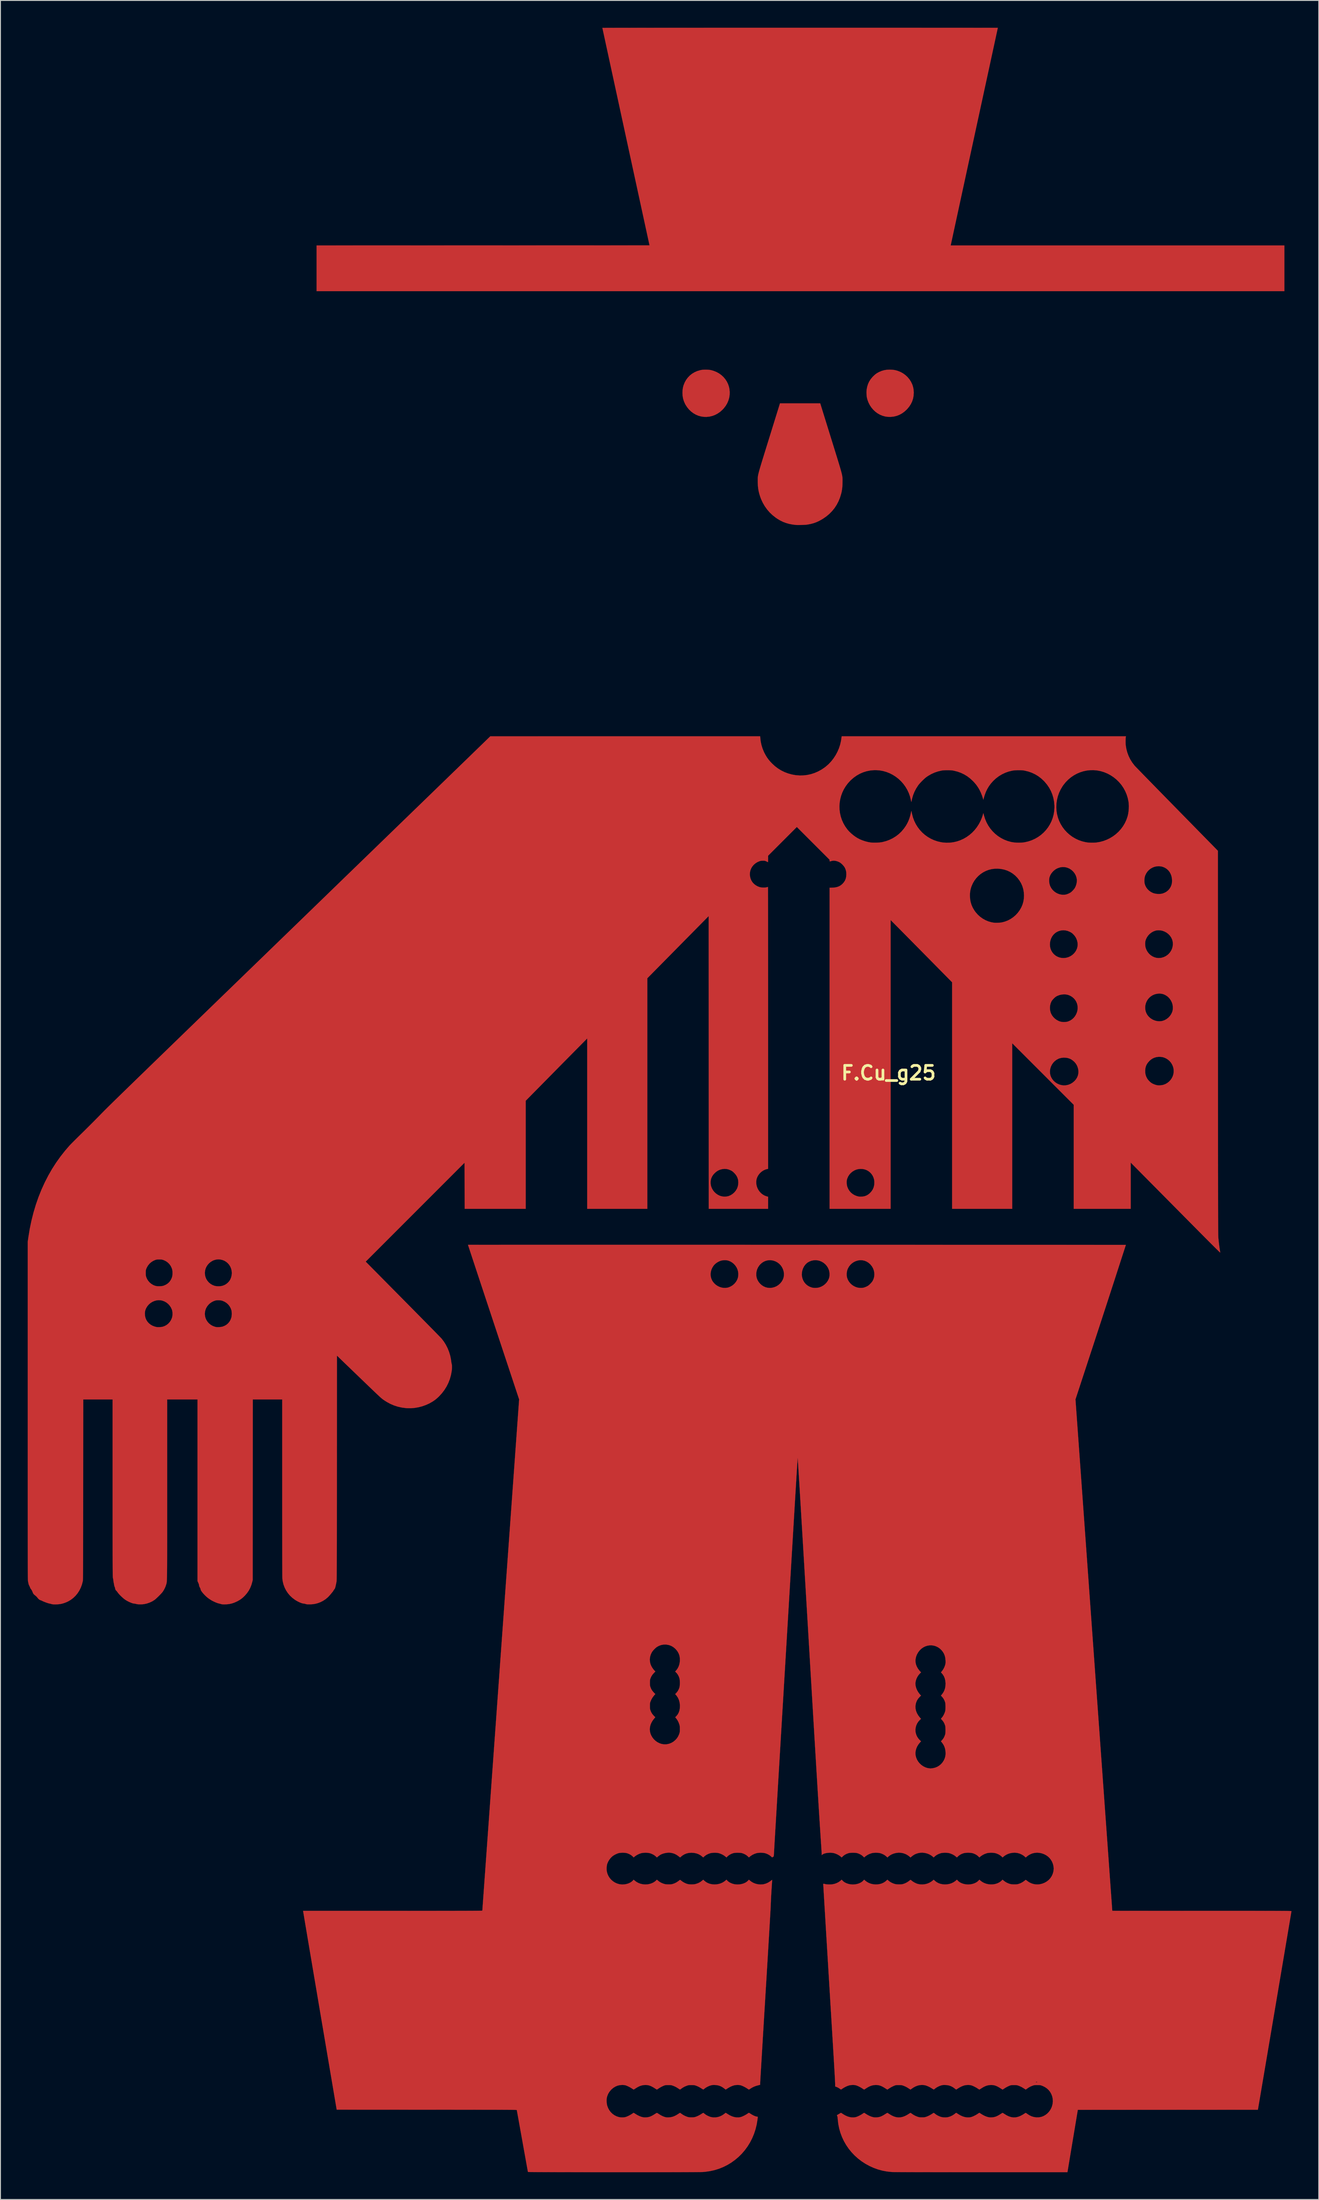
<source format=kicad_pcb>
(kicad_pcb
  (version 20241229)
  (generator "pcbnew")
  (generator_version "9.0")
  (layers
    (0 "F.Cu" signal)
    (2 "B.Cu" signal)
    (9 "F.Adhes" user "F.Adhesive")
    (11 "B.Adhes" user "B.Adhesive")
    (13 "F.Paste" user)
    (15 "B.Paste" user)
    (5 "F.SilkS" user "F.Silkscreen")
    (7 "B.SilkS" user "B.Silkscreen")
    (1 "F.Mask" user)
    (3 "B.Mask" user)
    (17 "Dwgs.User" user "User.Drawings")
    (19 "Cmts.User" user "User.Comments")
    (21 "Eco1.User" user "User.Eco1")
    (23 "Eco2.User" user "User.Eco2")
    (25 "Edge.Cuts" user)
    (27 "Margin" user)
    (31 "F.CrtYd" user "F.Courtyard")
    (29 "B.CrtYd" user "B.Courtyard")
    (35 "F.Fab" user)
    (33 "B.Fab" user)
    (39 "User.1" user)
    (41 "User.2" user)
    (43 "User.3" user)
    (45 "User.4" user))
  (footprint "F.Cu_g25"
    (layer "F.Cu")
    (at 94.874 115.13)
    (property "Reference" "F.Cu_g25" (at 0 0 0) (layer "F.SilkS") (effects (font (size 1.524 1.524) (thickness 0.3))))
    (attr through_hole)
    (fp_poly (pts (xy -19.913 -77.457) (xy -19.745 -77.443) (xy -19.604 -77.422) (xy -19.579 -77.417) (xy -19.257 -77.326) (xy -18.955 -77.202) (xy -18.675 -77.046) (xy -18.418 -76.86) (xy -18.189 -76.647) (xy -17.989 -76.41) (xy -17.82 -76.15) (xy -17.684 -75.871) (xy -17.585 -75.574) (xy -17.536 -75.344) (xy -17.503 -75.014) (xy -17.512 -74.688) (xy -17.561 -74.37) (xy -17.651 -74.061) (xy -17.779 -73.763) (xy -17.946 -73.48) (xy -18.151 -73.213) (xy -18.297 -73.055) (xy -18.554 -72.826) (xy -18.828 -72.635) (xy -19.117 -72.482) (xy -19.419 -72.368) (xy -19.732 -72.294) (xy -20.056 -72.261) (xy -20.352 -72.266) (xy -20.658 -72.31) (xy -20.956 -72.392) (xy -21.241 -72.513) (xy -21.51 -72.669) (xy -21.762 -72.858) (xy -21.991 -73.078) (xy -22.196 -73.327) (xy -22.373 -73.602) (xy -22.435 -73.719) (xy -22.557 -74) (xy -22.643 -74.284) (xy -22.694 -74.578) (xy -22.712 -74.893) (xy -22.712 -74.917) (xy -22.7 -75.202) (xy -22.663 -75.463) (xy -22.599 -75.713) (xy -22.584 -75.76) (xy -22.462 -76.062) (xy -22.306 -76.34) (xy -22.118 -76.592) (xy -21.901 -76.817) (xy -21.657 -77.011) (xy -21.386 -77.174) (xy -21.093 -77.305) (xy -20.778 -77.4) (xy -20.577 -77.441) (xy -20.439 -77.456) (xy -20.273 -77.464) (xy -20.093 -77.464) (xy -19.913 -77.457)) (stroke (width 0.01) (type solid)) (fill yes) (layer "F.Cu"))
    (fp_poly (pts (xy 0.23 -77.464) (xy 0.428 -77.453) (xy 0.6 -77.434) (xy 0.761 -77.403) (xy 0.927 -77.358) (xy 1.04 -77.322) (xy 1.336 -77.201) (xy 1.614 -77.046) (xy 1.87 -76.858) (xy 2.1 -76.642) (xy 2.302 -76.4) (xy 2.472 -76.137) (xy 2.607 -75.854) (xy 2.653 -75.728) (xy 2.722 -75.484) (xy 2.763 -75.237) (xy 2.779 -74.972) (xy 2.78 -74.919) (xy 2.76 -74.588) (xy 2.7 -74.27) (xy 2.6 -73.965) (xy 2.459 -73.673) (xy 2.279 -73.395) (xy 2.059 -73.131) (xy 2.018 -73.087) (xy 1.762 -72.851) (xy 1.491 -72.654) (xy 1.205 -72.497) (xy 0.905 -72.379) (xy 0.592 -72.301) (xy 0.267 -72.263) (xy -0.064 -72.266) (xy -0.368 -72.307) (xy -0.662 -72.388) (xy -0.944 -72.505) (xy -1.209 -72.656) (xy -1.457 -72.839) (xy -1.683 -73.051) (xy -1.885 -73.29) (xy -2.06 -73.552) (xy -2.206 -73.836) (xy -2.32 -74.139) (xy -2.383 -74.38) (xy -2.405 -74.517) (xy -2.421 -74.681) (xy -2.429 -74.858) (xy -2.43 -75.031) (xy -2.422 -75.186) (xy -2.415 -75.252) (xy -2.355 -75.574) (xy -2.264 -75.87) (xy -2.139 -76.144) (xy -1.98 -76.398) (xy -1.783 -76.638) (xy -1.714 -76.71) (xy -1.575 -76.845) (xy -1.448 -76.954) (xy -1.322 -77.046) (xy -1.184 -77.13) (xy -1.042 -77.204) (xy -0.767 -77.322) (xy -0.486 -77.404) (xy -0.193 -77.452) (xy 0.119 -77.467) (xy 0.23 -77.464)) (stroke (width 0.01) (type solid)) (fill yes) (layer "F.Cu"))
    (fp_poly (pts (xy -6.337 -69.915) (xy -6.189 -69.439) (xy -6.053 -69.002) (xy -5.929 -68.601) (xy -5.816 -68.235) (xy -5.712 -67.902) (xy -5.619 -67.6) (xy -5.536 -67.327) (xy -5.461 -67.081) (xy -5.394 -66.861) (xy -5.336 -66.663) (xy -5.285 -66.487) (xy -5.241 -66.331) (xy -5.203 -66.192) (xy -5.171 -66.069) (xy -5.145 -65.96) (xy -5.124 -65.862) (xy -5.107 -65.775) (xy -5.094 -65.695) (xy -5.084 -65.622) (xy -5.078 -65.553) (xy -5.074 -65.487) (xy -5.072 -65.421) (xy -5.071 -65.353) (xy -5.071 -65.283) (xy -5.072 -65.207) (xy -5.073 -65.123) (xy -5.073 -65.077) (xy -5.079 -64.778) (xy -5.096 -64.509) (xy -5.127 -64.256) (xy -5.171 -64.01) (xy -5.219 -63.807) (xy -5.349 -63.375) (xy -5.514 -62.968) (xy -5.713 -62.586) (xy -5.946 -62.228) (xy -6.214 -61.896) (xy -6.515 -61.588) (xy -6.851 -61.306) (xy -7.22 -61.05) (xy -7.307 -60.996) (xy -7.63 -60.815) (xy -7.945 -60.669) (xy -8.264 -60.553) (xy -8.598 -60.465) (xy -8.954 -60.399) (xy -9.042 -60.389) (xy -9.163 -60.379) (xy -9.308 -60.371) (xy -9.468 -60.364) (xy -9.632 -60.358) (xy -9.793 -60.354) (xy -9.942 -60.353) (xy -10.068 -60.354) (xy -10.163 -60.358) (xy -10.181 -60.359) (xy -10.58 -60.407) (xy -10.949 -60.478) (xy -11.294 -60.575) (xy -11.623 -60.7) (xy -11.941 -60.855) (xy -12.255 -61.042) (xy -12.446 -61.172) (xy -12.788 -61.442) (xy -13.102 -61.742) (xy -13.387 -62.071) (xy -13.64 -62.426) (xy -13.86 -62.804) (xy -14.046 -63.204) (xy -14.156 -63.503) (xy -14.25 -63.811) (xy -14.321 -64.106) (xy -14.37 -64.4) (xy -14.4 -64.706) (xy -14.414 -65.035) (xy -14.415 -65.155) (xy -14.415 -65.236) (xy -14.415 -65.311) (xy -14.416 -65.379) (xy -14.415 -65.444) (xy -14.414 -65.507) (xy -14.41 -65.57) (xy -14.405 -65.635) (xy -14.396 -65.703) (xy -14.385 -65.778) (xy -14.37 -65.86) (xy -14.35 -65.951) (xy -14.326 -66.054) (xy -14.296 -66.17) (xy -14.261 -66.301) (xy -14.219 -66.449) (xy -14.171 -66.617) (xy -14.116 -66.805) (xy -14.052 -67.016) (xy -13.981 -67.252) (xy -13.901 -67.514) (xy -13.811 -67.804) (xy -13.712 -68.125) (xy -13.602 -68.479) (xy -13.482 -68.866) (xy -13.351 -69.289) (xy -13.207 -69.751) (xy -13.157 -69.913) (xy -11.964 -73.755) (xy -7.529 -73.755) (xy -6.337 -69.915)) (stroke (width 0.01) (type solid)) (fill yes) (layer "F.Cu"))
    (fp_poly (pts (xy -8.788 -115.125) (xy -7.838 -115.125) (xy -6.9 -115.125) (xy -5.974 -115.125) (xy -5.061 -115.125) (xy -4.162 -115.125) (xy -3.277 -115.125) (xy -2.408 -115.125) (xy -1.555 -115.125) (xy -0.72 -115.125) (xy 0.097 -115.124) (xy 0.895 -115.124) (xy 1.672 -115.124) (xy 2.429 -115.124) (xy 3.164 -115.124) (xy 3.877 -115.123) (xy 4.566 -115.123) (xy 5.231 -115.123) (xy 5.87 -115.123) (xy 6.483 -115.122) (xy 7.069 -115.122) (xy 7.627 -115.122) (xy 8.156 -115.121) (xy 8.655 -115.121) (xy 9.124 -115.121) (xy 9.562 -115.12) (xy 9.967 -115.12) (xy 10.339 -115.12) (xy 10.676 -115.119) (xy 10.979 -115.119) (xy 11.245 -115.118) (xy 11.475 -115.118) (xy 11.668 -115.118) (xy 11.821 -115.117) (xy 11.936 -115.117) (xy 12.009 -115.116) (xy 12.042 -115.116) (xy 12.044 -115.116) (xy 12.039 -115.095) (xy 12.026 -115.034) (xy 12.005 -114.933) (xy 11.975 -114.795) (xy 11.937 -114.62) (xy 11.891 -114.409) (xy 11.838 -114.164) (xy 11.778 -113.886) (xy 11.711 -113.576) (xy 11.637 -113.234) (xy 11.556 -112.863) (xy 11.47 -112.463) (xy 11.377 -112.036) (xy 11.279 -111.582) (xy 11.175 -111.103) (xy 11.066 -110.6) (xy 10.952 -110.074) (xy 10.833 -109.526) (xy 10.71 -108.958) (xy 10.582 -108.371) (xy 10.451 -107.765) (xy 10.316 -107.142) (xy 10.177 -106.503) (xy 10.036 -105.849) (xy 9.891 -105.182) (xy 9.743 -104.502) (xy 9.593 -103.811) (xy 9.46 -103.194) (xy 9.308 -102.493) (xy 9.158 -101.802) (xy 9.01 -101.123) (xy 8.866 -100.456) (xy 8.724 -99.803) (xy 8.586 -99.165) (xy 8.451 -98.542) (xy 8.32 -97.937) (xy 8.192 -97.35) (xy 8.069 -96.782) (xy 7.951 -96.235) (xy 7.837 -95.71) (xy 7.728 -95.207) (xy 7.624 -94.729) (xy 7.526 -94.276) (xy 7.434 -93.849) (xy 7.347 -93.45) (xy 7.267 -93.08) (xy 7.193 -92.739) (xy 7.126 -92.43) (xy 7.067 -92.153) (xy 7.014 -91.909) (xy 6.969 -91.7) (xy 6.931 -91.526) (xy 6.902 -91.389) (xy 6.881 -91.291) (xy 6.868 -91.231) (xy 6.864 -91.212) (xy 6.852 -91.144) (xy 43.624 -91.144) (xy 43.624 -86.106) (xy -63.034 -86.106) (xy -63.034 -91.144) (xy -44.688 -91.149) (xy -26.341 -91.154) (xy -28.939 -103.124) (xy -29.091 -103.826) (xy -29.241 -104.518) (xy -29.389 -105.198) (xy -29.534 -105.865) (xy -29.675 -106.519) (xy -29.814 -107.158) (xy -29.949 -107.781) (xy -30.081 -108.387) (xy -30.208 -108.974) (xy -30.331 -109.542) (xy -30.45 -110.089) (xy -30.564 -110.614) (xy -30.673 -111.117) (xy -30.776 -111.595) (xy -30.874 -112.048) (xy -30.967 -112.474) (xy -31.053 -112.873) (xy -31.134 -113.243) (xy -31.207 -113.583) (xy -31.274 -113.893) (xy -31.334 -114.17) (xy -31.387 -114.413) (xy -31.432 -114.622) (xy -31.47 -114.796) (xy -31.499 -114.932) (xy -31.52 -115.031) (xy -31.533 -115.09) (xy -31.537 -115.11) (xy -31.516 -115.11) (xy -31.454 -115.111) (xy -31.351 -115.112) (xy -31.208 -115.112) (xy -31.027 -115.113) (xy -30.807 -115.114) (xy -30.551 -115.114) (xy -30.258 -115.115) (xy -29.931 -115.116) (xy -29.568 -115.116) (xy -29.173 -115.117) (xy -28.744 -115.117) (xy -28.284 -115.118) (xy -27.793 -115.118) (xy -27.272 -115.119) (xy -26.722 -115.12) (xy -26.144 -115.12) (xy -25.539 -115.121) (xy -24.907 -115.121) (xy -24.249 -115.121) (xy -23.567 -115.122) (xy -22.861 -115.122) (xy -22.132 -115.123) (xy -21.381 -115.123) (xy -20.609 -115.123) (xy -19.817 -115.124) (xy -19.005 -115.124) (xy -18.175 -115.124) (xy -17.327 -115.125) (xy -16.463 -115.125) (xy -15.582 -115.125) (xy -14.687 -115.125) (xy -13.778 -115.125) (xy -12.855 -115.125) (xy -11.921 -115.125) (xy -10.974 -115.125) (xy -10.017 -115.125) (xy -9.747 -115.126) (xy -8.788 -115.125)) (stroke (width 0.01) (type solid)) (fill yes) (layer "F.Cu"))
    (fp_poly (pts (xy 26.154 -37.036) (xy 26.144 -36.979) (xy 26.136 -36.888) (xy 26.13 -36.772) (xy 26.126 -36.641) (xy 26.125 -36.504) (xy 26.127 -36.369) (xy 26.13 -36.246) (xy 26.137 -36.143) (xy 26.139 -36.121) (xy 26.204 -35.711) (xy 26.309 -35.311) (xy 26.452 -34.924) (xy 26.632 -34.554) (xy 26.848 -34.204) (xy 27.097 -33.877) (xy 27.152 -33.814) (xy 27.18 -33.783) (xy 27.237 -33.724) (xy 27.321 -33.636) (xy 27.432 -33.523) (xy 27.567 -33.384) (xy 27.725 -33.221) (xy 27.907 -33.035) (xy 28.109 -32.827) (xy 28.332 -32.599) (xy 28.573 -32.352) (xy 28.832 -32.087) (xy 29.108 -31.805) (xy 29.398 -31.507) (xy 29.703 -31.196) (xy 30.021 -30.871) (xy 30.351 -30.535) (xy 30.69 -30.188) (xy 31.04 -29.832) (xy 31.397 -29.467) (xy 31.761 -29.096) (xy 31.81 -29.046) (xy 36.3 -24.468) (xy 36.307 -3.328) (xy 36.307 -2.187) (xy 36.308 -1.088) (xy 36.308 -0.029) (xy 36.308 0.99) (xy 36.309 1.969) (xy 36.309 2.91) (xy 36.309 3.814) (xy 36.31 4.68) (xy 36.31 5.511) (xy 36.31 6.306) (xy 36.311 7.067) (xy 36.311 7.794) (xy 36.311 8.488) (xy 36.312 9.15) (xy 36.312 9.78) (xy 36.313 10.38) (xy 36.313 10.95) (xy 36.314 11.491) (xy 36.314 12.004) (xy 36.315 12.49) (xy 36.315 12.948) (xy 36.316 13.381) (xy 36.316 13.789) (xy 36.317 14.172) (xy 36.317 14.532) (xy 36.318 14.869) (xy 36.319 15.184) (xy 36.32 15.478) (xy 36.32 15.752) (xy 36.321 16.006) (xy 36.322 16.241) (xy 36.323 16.458) (xy 36.324 16.658) (xy 36.325 16.841) (xy 36.326 17.008) (xy 36.327 17.161) (xy 36.328 17.299) (xy 36.329 17.424) (xy 36.33 17.537) (xy 36.332 17.637) (xy 36.333 17.727) (xy 36.334 17.807) (xy 36.336 17.877) (xy 36.337 17.938) (xy 36.339 17.991) (xy 36.34 18.038) (xy 36.342 18.078) (xy 36.344 18.112) (xy 36.346 18.142) (xy 36.348 18.168) (xy 36.349 18.19) (xy 36.35 18.193) (xy 36.379 18.478) (xy 36.411 18.761) (xy 36.445 19.032) (xy 36.48 19.281) (xy 36.513 19.498) (xy 36.514 19.503) (xy 36.53 19.603) (xy 36.543 19.69) (xy 36.55 19.754) (xy 36.551 19.785) (xy 36.535 19.774) (xy 36.491 19.734) (xy 36.421 19.668) (xy 36.326 19.575) (xy 36.206 19.459) (xy 36.065 19.319) (xy 35.903 19.159) (xy 35.721 18.978) (xy 35.522 18.78) (xy 35.307 18.564) (xy 35.077 18.334) (xy 34.833 18.089) (xy 34.578 17.832) (xy 34.502 17.755) (xy 34.232 17.483) (xy 33.937 17.185) (xy 33.619 16.864) (xy 33.284 16.526) (xy 32.936 16.175) (xy 32.577 15.813) (xy 32.214 15.446) (xy 31.849 15.078) (xy 31.486 14.712) (xy 31.13 14.353) (xy 30.785 14.005) (xy 30.455 13.671) (xy 30.143 13.357) (xy 30.09 13.303) (xy 29.817 13.028) (xy 29.546 12.754) (xy 29.279 12.485) (xy 29.019 12.223) (xy 28.767 11.969) (xy 28.526 11.725) (xy 28.298 11.495) (xy 28.084 11.279) (xy 27.887 11.08) (xy 27.708 10.9) (xy 27.551 10.741) (xy 27.416 10.605) (xy 27.307 10.495) (xy 27.224 10.412) (xy 27.205 10.393) (xy 26.691 9.874) (xy 26.691 12.42) (xy 26.691 14.965) (xy 20.405 14.965) (xy 20.405 3.503) (xy 17.018 0.116) (xy 16.69 -0.212) (xy 17.787 -0.212) (xy 17.794 0.027) (xy 17.84 0.257) (xy 17.924 0.476) (xy 18.042 0.679) (xy 18.192 0.864) (xy 18.371 1.026) (xy 18.577 1.162) (xy 18.799 1.264) (xy 19.03 1.334) (xy 19.254 1.367) (xy 19.482 1.363) (xy 19.566 1.354) (xy 19.819 1.299) (xy 20.053 1.207) (xy 20.27 1.077) (xy 20.473 0.908) (xy 20.502 0.879) (xy 20.666 0.687) (xy 20.79 0.479) (xy 20.876 0.259) (xy 20.922 0.029) (xy 20.929 -0.208) (xy 20.918 -0.286) (xy 28.285 -0.286) (xy 28.29 -0.034) (xy 28.33 0.199) (xy 28.408 0.423) (xy 28.515 0.628) (xy 28.591 0.737) (xy 28.693 0.854) (xy 28.808 0.969) (xy 28.925 1.067) (xy 28.988 1.112) (xy 29.112 1.182) (xy 29.261 1.248) (xy 29.417 1.304) (xy 29.563 1.343) (xy 29.614 1.352) (xy 29.762 1.364) (xy 29.931 1.361) (xy 30.102 1.344) (xy 30.256 1.314) (xy 30.274 1.309) (xy 30.505 1.225) (xy 30.716 1.105) (xy 30.906 0.956) (xy 31.072 0.781) (xy 31.209 0.584) (xy 31.316 0.369) (xy 31.389 0.141) (xy 31.425 -0.096) (xy 31.425 -0.307) (xy 31.405 -0.478) (xy 31.369 -0.634) (xy 31.314 -0.789) (xy 31.25 -0.93) (xy 31.127 -1.133) (xy 30.969 -1.317) (xy 30.783 -1.477) (xy 30.571 -1.608) (xy 30.342 -1.706) (xy 30.164 -1.751) (xy 29.964 -1.775) (xy 29.759 -1.776) (xy 29.564 -1.755) (xy 29.484 -1.738) (xy 29.268 -1.671) (xy 29.08 -1.581) (xy 28.906 -1.463) (xy 28.753 -1.325) (xy 28.587 -1.14) (xy 28.461 -0.952) (xy 28.37 -0.754) (xy 28.313 -0.539) (xy 28.286 -0.302) (xy 28.285 -0.286) (xy 20.918 -0.286) (xy 20.895 -0.45) (xy 20.821 -0.693) (xy 20.739 -0.873) (xy 20.627 -1.05) (xy 20.482 -1.219) (xy 20.313 -1.37) (xy 20.131 -1.496) (xy 19.99 -1.567) (xy 19.767 -1.642) (xy 19.528 -1.682) (xy 19.283 -1.689) (xy 19.041 -1.662) (xy 18.812 -1.601) (xy 18.722 -1.565) (xy 18.503 -1.447) (xy 18.308 -1.295) (xy 18.139 -1.116) (xy 17.999 -0.912) (xy 17.892 -0.689) (xy 17.82 -0.451) (xy 17.787 -0.212) (xy 16.69 -0.212) (xy 13.631 -3.27) (xy 13.631 14.965) (xy 7.006 14.965) (xy 7.006 -7.167) (xy 17.784 -7.167) (xy 17.803 -6.919) (xy 17.861 -6.676) (xy 17.898 -6.575) (xy 18.007 -6.362) (xy 18.151 -6.166) (xy 18.326 -5.991) (xy 18.525 -5.842) (xy 18.746 -5.725) (xy 18.88 -5.673) (xy 19.063 -5.628) (xy 19.266 -5.608) (xy 19.473 -5.612) (xy 19.671 -5.64) (xy 19.79 -5.672) (xy 20.016 -5.77) (xy 20.221 -5.903) (xy 20.402 -6.068) (xy 20.557 -6.26) (xy 20.682 -6.477) (xy 20.774 -6.714) (xy 20.819 -6.895) (xy 20.846 -7.141) (xy 20.839 -7.269) (xy 28.285 -7.269) (xy 28.292 -7.024) (xy 28.338 -6.789) (xy 28.423 -6.567) (xy 28.543 -6.363) (xy 28.698 -6.178) (xy 28.884 -6.016) (xy 29.1 -5.881) (xy 29.136 -5.862) (xy 29.361 -5.771) (xy 29.595 -5.714) (xy 29.83 -5.692) (xy 30.058 -5.707) (xy 30.205 -5.738) (xy 30.437 -5.823) (xy 30.652 -5.945) (xy 30.846 -6.099) (xy 31.014 -6.28) (xy 31.152 -6.484) (xy 31.256 -6.708) (xy 31.297 -6.837) (xy 31.323 -6.977) (xy 31.333 -7.141) (xy 31.329 -7.314) (xy 31.309 -7.48) (xy 31.287 -7.584) (xy 31.212 -7.798) (xy 31.106 -8.004) (xy 30.975 -8.193) (xy 30.824 -8.356) (xy 30.73 -8.435) (xy 30.531 -8.567) (xy 30.334 -8.661) (xy 30.131 -8.719) (xy 29.915 -8.743) (xy 29.834 -8.745) (xy 29.58 -8.723) (xy 29.34 -8.664) (xy 29.116 -8.569) (xy 28.913 -8.443) (xy 28.732 -8.287) (xy 28.578 -8.105) (xy 28.452 -7.899) (xy 28.359 -7.673) (xy 28.301 -7.43) (xy 28.285 -7.269) (xy 20.839 -7.269) (xy 20.832 -7.382) (xy 20.781 -7.615) (xy 20.694 -7.834) (xy 20.573 -8.037) (xy 20.421 -8.218) (xy 20.238 -8.374) (xy 20.029 -8.501) (xy 20.013 -8.508) (xy 19.84 -8.581) (xy 19.675 -8.628) (xy 19.501 -8.652) (xy 19.345 -8.657) (xy 19.085 -8.639) (xy 18.84 -8.585) (xy 18.603 -8.492) (xy 18.584 -8.483) (xy 18.494 -8.435) (xy 18.415 -8.384) (xy 18.338 -8.322) (xy 18.249 -8.239) (xy 18.213 -8.203) (xy 18.104 -8.086) (xy 18.017 -7.979) (xy 17.958 -7.888) (xy 17.956 -7.885) (xy 17.861 -7.656) (xy 17.803 -7.415) (xy 17.784 -7.167) (xy 7.006 -7.167) (xy 7.006 -9.987) (xy 4.389 -12.64) (xy 4.098 -12.934) (xy 3.807 -13.229) (xy 3.519 -13.521) (xy 3.234 -13.809) (xy 2.956 -14.091) (xy 2.909 -14.138) (xy 17.782 -14.138) (xy 17.803 -13.896) (xy 17.86 -13.667) (xy 17.951 -13.453) (xy 18.071 -13.258) (xy 18.22 -13.084) (xy 18.393 -12.936) (xy 18.589 -12.817) (xy 18.805 -12.729) (xy 19.039 -12.675) (xy 19.247 -12.659) (xy 19.359 -12.663) (xy 19.481 -12.674) (xy 19.587 -12.69) (xy 19.596 -12.691) (xy 19.832 -12.76) (xy 20.05 -12.861) (xy 20.248 -12.991) (xy 20.422 -13.148) (xy 20.57 -13.325) (xy 20.689 -13.521) (xy 20.777 -13.731) (xy 20.83 -13.952) (xy 20.846 -14.179) (xy 20.841 -14.227) (xy 28.282 -14.227) (xy 28.29 -14.056) (xy 28.312 -13.893) (xy 28.342 -13.769) (xy 28.436 -13.532) (xy 28.561 -13.318) (xy 28.713 -13.131) (xy 28.888 -12.971) (xy 29.083 -12.842) (xy 29.294 -12.745) (xy 29.518 -12.683) (xy 29.75 -12.658) (xy 29.988 -12.672) (xy 30.082 -12.688) (xy 30.329 -12.761) (xy 30.555 -12.869) (xy 30.763 -13.015) (xy 30.871 -13.113) (xy 31.033 -13.299) (xy 31.161 -13.505) (xy 31.256 -13.726) (xy 31.315 -13.957) (xy 31.338 -14.192) (xy 31.323 -14.427) (xy 31.269 -14.656) (xy 31.25 -14.708) (xy 31.144 -14.932) (xy 31.003 -15.134) (xy 30.83 -15.312) (xy 30.63 -15.463) (xy 30.404 -15.583) (xy 30.169 -15.666) (xy 30.016 -15.697) (xy 29.844 -15.712) (xy 29.67 -15.711) (xy 29.51 -15.695) (xy 29.423 -15.676) (xy 29.195 -15.593) (xy 28.981 -15.473) (xy 28.788 -15.323) (xy 28.619 -15.146) (xy 28.479 -14.946) (xy 28.372 -14.729) (xy 28.309 -14.531) (xy 28.288 -14.391) (xy 28.282 -14.227) (xy 20.841 -14.227) (xy 20.828 -14.372) (xy 20.766 -14.626) (xy 20.667 -14.863) (xy 20.534 -15.078) (xy 20.369 -15.268) (xy 20.369 -15.268) (xy 20.284 -15.348) (xy 20.211 -15.409) (xy 20.137 -15.46) (xy 20.047 -15.511) (xy 19.977 -15.548) (xy 19.743 -15.645) (xy 19.499 -15.701) (xy 19.251 -15.718) (xy 19.002 -15.694) (xy 18.771 -15.633) (xy 18.551 -15.535) (xy 18.354 -15.403) (xy 18.183 -15.239) (xy 18.038 -15.048) (xy 17.923 -14.831) (xy 17.841 -14.591) (xy 17.799 -14.39) (xy 17.782 -14.138) (xy 2.909 -14.138) (xy 2.687 -14.364) (xy 2.428 -14.626) (xy 2.181 -14.875) (xy 1.95 -15.109) (xy 1.735 -15.326) (xy 1.54 -15.523) (xy 1.366 -15.698) (xy 1.216 -15.85) (xy 1.091 -15.976) (xy 1.002 -16.066) (xy 0.233 -16.838) (xy 0.233 -0.937) (xy 0.233 14.965) (xy -6.498 14.965) (xy -6.498 12.057) (xy -4.614 12.057) (xy -4.604 12.232) (xy -4.579 12.401) (xy -4.542 12.541) (xy -4.439 12.782) (xy -4.303 12.998) (xy -4.137 13.186) (xy -3.942 13.344) (xy -3.721 13.471) (xy -3.477 13.565) (xy -3.284 13.611) (xy -3.19 13.621) (xy -3.07 13.622) (xy -2.937 13.617) (xy -2.807 13.605) (xy -2.694 13.587) (xy -2.656 13.578) (xy -2.46 13.511) (xy -2.281 13.415) (xy -2.112 13.285) (xy -2.03 13.209) (xy -1.863 13.019) (xy -1.734 12.817) (xy -1.642 12.599) (xy -1.584 12.359) (xy -1.568 12.237) (xy -1.561 11.985) (xy -1.592 11.743) (xy -1.659 11.516) (xy -1.757 11.306) (xy -1.886 11.117) (xy -2.041 10.95) (xy -2.22 10.809) (xy -2.42 10.698) (xy -2.639 10.619) (xy -2.873 10.575) (xy -3.12 10.568) (xy -3.132 10.569) (xy -3.317 10.588) (xy -3.479 10.623) (xy -3.637 10.678) (xy -3.759 10.733) (xy -3.976 10.863) (xy -4.168 11.024) (xy -4.332 11.213) (xy -4.463 11.425) (xy -4.559 11.657) (xy -4.584 11.747) (xy -4.608 11.89) (xy -4.614 12.057) (xy -6.498 12.057) (xy -6.498 -19.537) (xy 8.968 -19.537) (xy 8.987 -19.183) (xy 9.044 -18.844) (xy 9.142 -18.52) (xy 9.279 -18.207) (xy 9.457 -17.905) (xy 9.6 -17.706) (xy 9.832 -17.441) (xy 10.09 -17.206) (xy 10.372 -17.002) (xy 10.673 -16.833) (xy 10.99 -16.698) (xy 11.32 -16.603) (xy 11.599 -16.553) (xy 11.726 -16.543) (xy 11.881 -16.54) (xy 12.049 -16.544) (xy 12.217 -16.553) (xy 12.37 -16.567) (xy 12.484 -16.584) (xy 12.821 -16.67) (xy 13.144 -16.794) (xy 13.45 -16.955) (xy 13.737 -17.15) (xy 14 -17.376) (xy 14.238 -17.632) (xy 14.448 -17.915) (xy 14.625 -18.223) (xy 14.626 -18.223) (xy 14.76 -18.534) (xy 14.855 -18.853) (xy 14.911 -19.184) (xy 14.93 -19.532) (xy 14.93 -19.537) (xy 14.909 -19.898) (xy 14.849 -20.245) (xy 14.748 -20.578) (xy 14.609 -20.896) (xy 14.43 -21.197) (xy 14.342 -21.312) (xy 17.7 -21.312) (xy 17.7 -21.102) (xy 17.727 -20.888) (xy 17.779 -20.682) (xy 17.824 -20.563) (xy 17.94 -20.348) (xy 18.087 -20.156) (xy 18.261 -19.99) (xy 18.457 -19.852) (xy 18.67 -19.744) (xy 18.896 -19.669) (xy 19.13 -19.63) (xy 19.368 -19.628) (xy 19.547 -19.653) (xy 19.633 -19.677) (xy 19.739 -19.715) (xy 19.847 -19.76) (xy 19.897 -19.783) (xy 19.997 -19.836) (xy 20.079 -19.887) (xy 20.155 -19.947) (xy 20.239 -20.026) (xy 20.278 -20.064) (xy 20.357 -20.15) (xy 20.434 -20.238) (xy 20.496 -20.319) (xy 20.53 -20.37) (xy 20.619 -20.549) (xy 20.688 -20.746) (xy 20.735 -20.951) (xy 20.755 -21.134) (xy 28.195 -21.134) (xy 28.209 -20.95) (xy 28.225 -20.861) (xy 28.295 -20.64) (xy 28.403 -20.433) (xy 28.543 -20.244) (xy 28.713 -20.077) (xy 28.908 -19.938) (xy 29.123 -19.83) (xy 29.199 -19.801) (xy 29.394 -19.75) (xy 29.607 -19.721) (xy 29.825 -19.714) (xy 30.032 -19.731) (xy 30.173 -19.759) (xy 30.253 -19.784) (xy 30.352 -19.822) (xy 30.452 -19.865) (xy 30.478 -19.877) (xy 30.657 -19.983) (xy 30.823 -20.123) (xy 30.966 -20.287) (xy 31.079 -20.467) (xy 31.09 -20.489) (xy 31.161 -20.654) (xy 31.208 -20.811) (xy 31.235 -20.976) (xy 31.244 -21.163) (xy 31.245 -21.209) (xy 31.225 -21.471) (xy 31.17 -21.718) (xy 31.082 -21.945) (xy 30.963 -22.152) (xy 30.815 -22.334) (xy 30.64 -22.488) (xy 30.441 -22.613) (xy 30.22 -22.703) (xy 30.073 -22.742) (xy 29.825 -22.772) (xy 29.58 -22.763) (xy 29.342 -22.716) (xy 29.116 -22.633) (xy 28.905 -22.518) (xy 28.714 -22.371) (xy 28.546 -22.197) (xy 28.405 -21.996) (xy 28.296 -21.772) (xy 28.265 -21.685) (xy 28.224 -21.518) (xy 28.201 -21.329) (xy 28.195 -21.134) (xy 20.755 -21.134) (xy 20.757 -21.15) (xy 20.753 -21.312) (xy 20.706 -21.555) (xy 20.622 -21.785) (xy 20.501 -21.998) (xy 20.348 -22.19) (xy 20.165 -22.358) (xy 19.956 -22.497) (xy 19.886 -22.533) (xy 19.653 -22.625) (xy 19.415 -22.675) (xy 19.174 -22.684) (xy 18.931 -22.65) (xy 18.686 -22.574) (xy 18.511 -22.494) (xy 18.358 -22.399) (xy 18.206 -22.275) (xy 18.064 -22.131) (xy 17.941 -21.977) (xy 17.85 -21.826) (xy 17.848 -21.823) (xy 17.804 -21.724) (xy 17.763 -21.619) (xy 17.734 -21.527) (xy 17.728 -21.505) (xy 17.7 -21.312) (xy 14.342 -21.312) (xy 14.213 -21.482) (xy 14.198 -21.499) (xy 13.953 -21.749) (xy 13.684 -21.965) (xy 13.394 -22.145) (xy 13.083 -22.29) (xy 12.755 -22.398) (xy 12.41 -22.469) (xy 12.051 -22.501) (xy 11.72 -22.497) (xy 11.38 -22.456) (xy 11.052 -22.376) (xy 10.737 -22.259) (xy 10.438 -22.107) (xy 10.159 -21.922) (xy 9.903 -21.707) (xy 9.671 -21.463) (xy 9.467 -21.193) (xy 9.293 -20.899) (xy 9.153 -20.583) (xy 9.105 -20.444) (xy 9.04 -20.213) (xy 8.997 -19.987) (xy 8.974 -19.752) (xy 8.968 -19.537) (xy -6.498 -19.537) (xy -6.498 -20.405) (xy -6.334 -20.405) (xy -6.065 -20.415) (xy -5.83 -20.444) (xy -5.623 -20.495) (xy -5.438 -20.568) (xy -5.271 -20.667) (xy -5.116 -20.792) (xy -5.068 -20.838) (xy -4.916 -21.012) (xy -4.8 -21.197) (xy -4.718 -21.396) (xy -4.669 -21.616) (xy -4.651 -21.862) (xy -4.65 -21.886) (xy -4.66 -22.103) (xy -4.696 -22.298) (xy -4.76 -22.485) (xy -4.821 -22.616) (xy -4.895 -22.731) (xy -4.995 -22.856) (xy -5.111 -22.979) (xy -5.234 -23.089) (xy -5.352 -23.177) (xy -5.397 -23.204) (xy -5.58 -23.289) (xy -5.767 -23.348) (xy -5.949 -23.379) (xy -6.119 -23.381) (xy -6.27 -23.353) (xy -6.281 -23.349) (xy -6.376 -23.319) (xy -6.439 -23.305) (xy -6.475 -23.311) (xy -6.493 -23.336) (xy -6.498 -23.382) (xy -6.498 -23.395) (xy -6.498 -23.485) (xy -8.303 -25.289) (xy -10.107 -27.093) (xy -11.689 -25.511) (xy -13.271 -23.929) (xy -13.271 -23.574) (xy -13.272 -23.457) (xy -13.273 -23.356) (xy -13.275 -23.279) (xy -13.277 -23.231) (xy -13.279 -23.22) (xy -13.3 -23.228) (xy -13.351 -23.251) (xy -13.421 -23.284) (xy -13.454 -23.299) (xy -13.531 -23.335) (xy -13.592 -23.358) (xy -13.649 -23.371) (xy -13.717 -23.377) (xy -13.809 -23.378) (xy -13.843 -23.378) (xy -13.966 -23.375) (xy -14.062 -23.366) (xy -14.147 -23.348) (xy -14.213 -23.328) (xy -14.449 -23.228) (xy -14.665 -23.093) (xy -14.856 -22.928) (xy -15.017 -22.735) (xy -15.122 -22.563) (xy -15.214 -22.344) (xy -15.268 -22.113) (xy -15.285 -21.878) (xy -15.264 -21.642) (xy -15.207 -21.413) (xy -15.115 -21.195) (xy -14.987 -20.996) (xy -14.96 -20.962) (xy -14.804 -20.802) (xy -14.618 -20.662) (xy -14.414 -20.549) (xy -14.203 -20.47) (xy -14.149 -20.456) (xy -14.039 -20.437) (xy -13.907 -20.426) (xy -13.766 -20.422) (xy -13.628 -20.426) (xy -13.506 -20.437) (xy -13.413 -20.455) (xy -13.409 -20.456) (xy -13.346 -20.475) (xy -13.301 -20.487) (xy -13.287 -20.489) (xy -13.287 -20.468) (xy -13.286 -20.406) (xy -13.285 -20.303) (xy -13.284 -20.162) (xy -13.283 -19.982) (xy -13.283 -19.765) (xy -13.282 -19.512) (xy -13.281 -19.224) (xy -13.28 -18.902) (xy -13.28 -18.547) (xy -13.279 -18.16) (xy -13.278 -17.743) (xy -13.278 -17.295) (xy -13.277 -16.819) (xy -13.277 -16.315) (xy -13.276 -15.785) (xy -13.275 -15.229) (xy -13.275 -14.648) (xy -13.275 -14.044) (xy -13.274 -13.418) (xy -13.274 -12.77) (xy -13.273 -12.102) (xy -13.273 -11.414) (xy -13.273 -10.708) (xy -13.272 -9.985) (xy -13.272 -9.246) (xy -13.272 -8.492) (xy -13.272 -7.723) (xy -13.272 -6.942) (xy -13.272 -6.148) (xy -13.272 -5.344) (xy -13.271 -4.965) (xy -13.271 10.559) (xy -13.393 10.584) (xy -13.613 10.651) (xy -13.822 10.754) (xy -14.015 10.889) (xy -14.188 11.051) (xy -14.334 11.236) (xy -14.451 11.438) (xy -14.532 11.654) (xy -14.552 11.737) (xy -14.582 11.98) (xy -14.573 12.222) (xy -14.527 12.458) (xy -14.447 12.684) (xy -14.336 12.896) (xy -14.195 13.09) (xy -14.029 13.262) (xy -13.839 13.407) (xy -13.629 13.522) (xy -13.4 13.603) (xy -13.33 13.62) (xy -13.271 13.632) (xy -13.271 14.965) (xy -19.812 14.965) (xy -19.813 12.021) (xy -19.608 12.021) (xy -19.601 12.222) (xy -19.57 12.415) (xy -19.561 12.452) (xy -19.477 12.686) (xy -19.357 12.903) (xy -19.204 13.101) (xy -19.022 13.273) (xy -18.817 13.417) (xy -18.591 13.527) (xy -18.559 13.539) (xy -18.349 13.595) (xy -18.126 13.621) (xy -17.902 13.615) (xy -17.688 13.578) (xy -17.616 13.556) (xy -17.399 13.462) (xy -17.195 13.332) (xy -17.01 13.171) (xy -16.851 12.986) (xy -16.723 12.78) (xy -16.678 12.685) (xy -16.608 12.478) (xy -16.566 12.255) (xy -16.555 12.03) (xy -16.574 11.813) (xy -16.594 11.718) (xy -16.663 11.509) (xy -16.761 11.319) (xy -16.893 11.138) (xy -17.007 11.015) (xy -17.099 10.926) (xy -17.176 10.859) (xy -17.249 10.806) (xy -17.333 10.758) (xy -17.399 10.724) (xy -17.624 10.631) (xy -17.844 10.578) (xy -18.068 10.563) (xy -18.302 10.586) (xy -18.338 10.593) (xy -18.571 10.654) (xy -18.783 10.747) (xy -18.979 10.874) (xy -19.166 11.038) (xy -19.315 11.204) (xy -19.429 11.373) (xy -19.517 11.557) (xy -19.551 11.652) (xy -19.591 11.826) (xy -19.608 12.021) (xy -19.813 12.021) (xy -19.817 -1.157) (xy -19.823 -17.279) (xy -23.204 -13.853) (xy -26.585 -10.428) (xy -26.585 14.965) (xy -33.211 14.965) (xy -33.211 -3.799) (xy -33.766 -3.238) (xy -34.107 -2.894) (xy -34.458 -2.539) (xy -34.822 -2.172) (xy -35.199 -1.789) (xy -35.594 -1.389) (xy -36.009 -0.97) (xy -36.445 -0.528) (xy -36.905 -0.061) (xy -37.392 0.432) (xy -37.571 0.614) (xy -37.796 0.842) (xy -38.02 1.069) (xy -38.239 1.292) (xy -38.452 1.508) (xy -38.655 1.714) (xy -38.846 1.907) (xy -39.023 2.086) (xy -39.182 2.247) (xy -39.321 2.388) (xy -39.437 2.506) (xy -39.528 2.599) (xy -39.576 2.647) (xy -39.984 3.06) (xy -39.984 14.965) (xy -46.715 14.965) (xy -46.72 12.425) (xy -46.725 9.885) (xy -52.173 15.333) (xy -57.621 20.781) (xy -53.511 24.934) (xy -53.161 25.288) (xy -52.818 25.635) (xy -52.483 25.974) (xy -52.158 26.303) (xy -51.843 26.622) (xy -51.54 26.929) (xy -51.251 27.223) (xy -50.975 27.502) (xy -50.716 27.766) (xy -50.473 28.013) (xy -50.248 28.241) (xy -50.043 28.45) (xy -49.859 28.638) (xy -49.697 28.804) (xy -49.557 28.947) (xy -49.443 29.065) (xy -49.354 29.157) (xy -49.292 29.221) (xy -49.258 29.258) (xy -49.255 29.262) (xy -49.005 29.59) (xy -48.783 29.946) (xy -48.592 30.325) (xy -48.433 30.72) (xy -48.31 31.126) (xy -48.225 31.536) (xy -48.197 31.745) (xy -48.183 31.85) (xy -48.167 31.95) (xy -48.15 32.032) (xy -48.141 32.062) (xy -48.124 32.147) (xy -48.114 32.265) (xy -48.112 32.405) (xy -48.117 32.56) (xy -48.129 32.719) (xy -48.143 32.839) (xy -48.227 33.288) (xy -48.35 33.722) (xy -48.512 34.139) (xy -48.711 34.538) (xy -48.948 34.917) (xy -49.22 35.275) (xy -49.527 35.61) (xy -49.585 35.666) (xy -49.73 35.802) (xy -49.862 35.916) (xy -49.995 36.019) (xy -50.142 36.121) (xy -50.235 36.183) (xy -50.597 36.392) (xy -50.982 36.568) (xy -51.384 36.712) (xy -51.798 36.82) (xy -52.219 36.892) (xy -52.64 36.927) (xy -53.057 36.922) (xy -53.15 36.916) (xy -53.61 36.858) (xy -54.053 36.763) (xy -54.479 36.628) (xy -54.89 36.454) (xy -55.286 36.241) (xy -55.51 36.1) (xy -55.559 36.067) (xy -55.603 36.037) (xy -55.645 36.01) (xy -55.685 35.982) (xy -55.725 35.953) (xy -55.766 35.922) (xy -55.81 35.888) (xy -55.859 35.848) (xy -55.914 35.801) (xy -55.976 35.746) (xy -56.047 35.682) (xy -56.129 35.608) (xy -56.223 35.521) (xy -56.33 35.42) (xy -56.452 35.305) (xy -56.59 35.173) (xy -56.747 35.024) (xy -56.923 34.855) (xy -57.12 34.667) (xy -57.34 34.456) (xy -57.583 34.222) (xy -57.852 33.963) (xy -58.148 33.679) (xy -58.472 33.366) (xy -58.601 33.243) (xy -58.829 33.023) (xy -59.053 32.808) (xy -59.27 32.599) (xy -59.478 32.398) (xy -59.675 32.209) (xy -59.858 32.033) (xy -60.024 31.873) (xy -60.171 31.73) (xy -60.298 31.608) (xy -60.4 31.509) (xy -60.477 31.435) (xy -60.52 31.393) (xy -60.79 31.13) (xy -60.796 43.478) (xy -60.797 44.345) (xy -60.797 45.17) (xy -60.797 45.955) (xy -60.798 46.701) (xy -60.798 47.409) (xy -60.799 48.079) (xy -60.799 48.713) (xy -60.799 49.312) (xy -60.8 49.877) (xy -60.8 50.409) (xy -60.801 50.908) (xy -60.801 51.377) (xy -60.802 51.815) (xy -60.803 52.225) (xy -60.803 52.606) (xy -60.804 52.961) (xy -60.805 53.29) (xy -60.805 53.593) (xy -60.806 53.873) (xy -60.807 54.13) (xy -60.808 54.365) (xy -60.809 54.58) (xy -60.81 54.774) (xy -60.811 54.95) (xy -60.812 55.108) (xy -60.813 55.25) (xy -60.815 55.375) (xy -60.816 55.486) (xy -60.818 55.584) (xy -60.819 55.668) (xy -60.821 55.742) (xy -60.823 55.804) (xy -60.825 55.857) (xy -60.827 55.902) (xy -60.829 55.939) (xy -60.831 55.97) (xy -60.833 55.995) (xy -60.836 56.016) (xy -60.838 56.033) (xy -60.839 56.039) (xy -60.86 56.15) (xy -60.887 56.283) (xy -60.916 56.419) (xy -60.936 56.509) (xy -60.965 56.626) (xy -60.99 56.711) (xy -61.015 56.774) (xy -61.044 56.824) (xy -61.07 56.859) (xy -61.119 56.925) (xy -61.162 56.99) (xy -61.177 57.018) (xy -61.21 57.073) (xy -61.259 57.141) (xy -61.297 57.187) (xy -61.346 57.246) (xy -61.413 57.326) (xy -61.486 57.415) (xy -61.541 57.481) (xy -61.769 57.728) (xy -62.027 57.947) (xy -62.311 58.135) (xy -62.617 58.29) (xy -62.874 58.388) (xy -63.121 58.457) (xy -63.368 58.503) (xy -63.629 58.526) (xy -63.818 58.53) (xy -63.947 58.53) (xy -64.044 58.526) (xy -64.117 58.519) (xy -64.178 58.508) (xy -64.236 58.491) (xy -64.249 58.486) (xy -64.334 58.461) (xy -64.418 58.445) (xy -64.465 58.441) (xy -64.556 58.43) (xy -64.675 58.397) (xy -64.813 58.346) (xy -64.965 58.28) (xy -65.121 58.202) (xy -65.276 58.116) (xy -65.413 58.03) (xy -65.707 57.81) (xy -65.969 57.563) (xy -66.199 57.29) (xy -66.394 56.995) (xy -66.555 56.679) (xy -66.679 56.346) (xy -66.764 55.997) (xy -66.801 55.735) (xy -66.803 55.695) (xy -66.805 55.615) (xy -66.807 55.496) (xy -66.809 55.338) (xy -66.81 55.139) (xy -66.812 54.901) (xy -66.813 54.622) (xy -66.814 54.303) (xy -66.816 53.944) (xy -66.817 53.544) (xy -66.818 53.104) (xy -66.819 52.623) (xy -66.82 52.101) (xy -66.82 51.537) (xy -66.821 50.933) (xy -66.822 50.287) (xy -66.822 49.6) (xy -66.823 48.87) (xy -66.823 48.1) (xy -66.823 47.287) (xy -66.823 46.432) (xy -66.823 45.739) (xy -66.823 35.962) (xy -70.061 35.962) (xy -70.067 45.905) (xy -70.073 55.848) (xy -70.118 56.039) (xy -70.218 56.392) (xy -70.348 56.717) (xy -70.509 57.018) (xy -70.704 57.299) (xy -70.935 57.566) (xy -70.937 57.568) (xy -71.125 57.751) (xy -71.309 57.905) (xy -71.503 58.039) (xy -71.72 58.163) (xy -71.808 58.208) (xy -72.089 58.335) (xy -72.36 58.427) (xy -72.632 58.489) (xy -72.918 58.523) (xy -73.163 58.532) (xy -73.292 58.531) (xy -73.39 58.527) (xy -73.466 58.519) (xy -73.529 58.507) (xy -73.586 58.489) (xy -73.67 58.464) (xy -73.754 58.442) (xy -73.8 58.433) (xy -73.876 58.415) (xy -73.98 58.38) (xy -74.103 58.333) (xy -74.237 58.277) (xy -74.371 58.215) (xy -74.498 58.152) (xy -74.578 58.109) (xy -74.687 58.044) (xy -74.811 57.964) (xy -74.93 57.882) (xy -74.992 57.837) (xy -75.12 57.734) (xy -75.249 57.618) (xy -75.374 57.495) (xy -75.492 57.37) (xy -75.598 57.246) (xy -75.687 57.129) (xy -75.757 57.025) (xy -75.802 56.937) (xy -75.819 56.871) (xy -75.819 56.869) (xy -75.834 56.794) (xy -75.875 56.714) (xy -75.938 56.6) (xy -75.977 56.485) (xy -75.988 56.399) (xy -75.997 56.349) (xy -76.021 56.275) (xy -76.056 56.188) (xy -76.073 56.15) (xy -76.158 55.969) (xy -76.158 35.962) (xy -79.502 35.962) (xy -79.502 45.846) (xy -79.502 46.628) (xy -79.502 47.368) (xy -79.502 48.068) (xy -79.502 48.73) (xy -79.502 49.353) (xy -79.502 49.94) (xy -79.502 50.492) (xy -79.502 51.01) (xy -79.502 51.494) (xy -79.503 51.946) (xy -79.503 52.368) (xy -79.504 52.76) (xy -79.504 53.123) (xy -79.505 53.459) (xy -79.506 53.769) (xy -79.507 54.054) (xy -79.508 54.314) (xy -79.51 54.553) (xy -79.512 54.769) (xy -79.513 54.965) (xy -79.516 55.142) (xy -79.518 55.301) (xy -79.521 55.443) (xy -79.523 55.569) (xy -79.527 55.68) (xy -79.53 55.777) (xy -79.534 55.863) (xy -79.538 55.937) (xy -79.542 56.001) (xy -79.547 56.056) (xy -79.552 56.104) (xy -79.558 56.144) (xy -79.564 56.18) (xy -79.57 56.211) (xy -79.577 56.239) (xy -79.584 56.265) (xy -79.591 56.29) (xy -79.599 56.315) (xy -79.608 56.342) (xy -79.617 56.371) (xy -79.62 56.384) (xy -79.684 56.57) (xy -79.771 56.766) (xy -79.872 56.957) (xy -79.979 57.125) (xy -80.007 57.164) (xy -80.075 57.246) (xy -80.166 57.348) (xy -80.275 57.463) (xy -80.394 57.584) (xy -80.517 57.705) (xy -80.637 57.819) (xy -80.748 57.92) (xy -80.843 58.001) (xy -80.902 58.046) (xy -81.153 58.201) (xy -81.431 58.331) (xy -81.723 58.432) (xy -82.004 58.496) (xy -82.161 58.517) (xy -82.33 58.528) (xy -82.502 58.531) (xy -82.664 58.525) (xy -82.806 58.51) (xy -82.918 58.487) (xy -82.92 58.486) (xy -83.009 58.463) (xy -83.096 58.447) (xy -83.159 58.441) (xy -83.24 58.43) (xy -83.349 58.4) (xy -83.479 58.352) (xy -83.622 58.292) (xy -83.77 58.222) (xy -83.917 58.145) (xy -84.055 58.064) (xy -84.13 58.015) (xy -84.238 57.936) (xy -84.36 57.835) (xy -84.489 57.719) (xy -84.618 57.596) (xy -84.739 57.473) (xy -84.844 57.357) (xy -84.927 57.255) (xy -84.952 57.219) (xy -85.007 57.142) (xy -85.058 57.077) (xy -85.098 57.034) (xy -85.113 57.022) (xy -85.153 56.983) (xy -85.192 56.918) (xy -85.223 56.843) (xy -85.237 56.772) (xy -85.238 56.763) (xy -85.248 56.707) (xy -85.272 56.639) (xy -85.281 56.619) (xy -85.309 56.55) (xy -85.333 56.462) (xy -85.344 56.403) (xy -85.36 56.306) (xy -85.381 56.198) (xy -85.395 56.134) (xy -85.413 56.045) (xy -85.425 55.956) (xy -85.428 55.901) (xy -85.435 55.831) (xy -85.451 55.74) (xy -85.471 55.658) (xy -85.474 55.646) (xy -85.477 55.633) (xy -85.48 55.618) (xy -85.483 55.601) (xy -85.486 55.579) (xy -85.488 55.551) (xy -85.491 55.517) (xy -85.493 55.475) (xy -85.495 55.425) (xy -85.497 55.364) (xy -85.499 55.292) (xy -85.5 55.208) (xy -85.502 55.11) (xy -85.503 54.998) (xy -85.504 54.87) (xy -85.505 54.725) (xy -85.507 54.562) (xy -85.508 54.379) (xy -85.508 54.176) (xy -85.509 53.952) (xy -85.51 53.705) (xy -85.51 53.434) (xy -85.511 53.138) (xy -85.511 52.815) (xy -85.512 52.466) (xy -85.512 52.088) (xy -85.512 51.68) (xy -85.513 51.241) (xy -85.513 50.77) (xy -85.513 50.267) (xy -85.513 49.729) (xy -85.513 49.155) (xy -85.513 48.545) (xy -85.513 47.897) (xy -85.513 47.211) (xy -85.513 46.484) (xy -85.513 45.736) (xy -85.513 35.962) (xy -88.751 35.962) (xy -88.758 45.884) (xy -88.758 46.659) (xy -88.759 47.393) (xy -88.759 48.087) (xy -88.76 48.742) (xy -88.76 49.359) (xy -88.761 49.939) (xy -88.761 50.484) (xy -88.762 50.995) (xy -88.762 51.472) (xy -88.763 51.918) (xy -88.764 52.332) (xy -88.764 52.717) (xy -88.765 53.073) (xy -88.766 53.402) (xy -88.766 53.704) (xy -88.767 53.982) (xy -88.768 54.235) (xy -88.769 54.465) (xy -88.77 54.674) (xy -88.771 54.862) (xy -88.773 55.03) (xy -88.774 55.18) (xy -88.775 55.313) (xy -88.777 55.43) (xy -88.778 55.532) (xy -88.78 55.62) (xy -88.782 55.696) (xy -88.784 55.76) (xy -88.786 55.814) (xy -88.788 55.859) (xy -88.79 55.895) (xy -88.793 55.925) (xy -88.795 55.949) (xy -88.798 55.969) (xy -88.801 55.985) (xy -88.801 55.986) (xy -88.895 56.351) (xy -89.023 56.695) (xy -89.184 57.016) (xy -89.376 57.312) (xy -89.598 57.582) (xy -89.849 57.823) (xy -90.126 58.032) (xy -90.402 58.195) (xy -90.632 58.303) (xy -90.873 58.393) (xy -91.109 58.461) (xy -91.26 58.491) (xy -91.409 58.511) (xy -91.575 58.526) (xy -91.744 58.534) (xy -91.904 58.536) (xy -92.041 58.53) (xy -92.086 58.526) (xy -92.177 58.512) (xy -92.267 58.492) (xy -92.326 58.475) (xy -92.393 58.454) (xy -92.452 58.442) (xy -92.467 58.441) (xy -92.513 58.433) (xy -92.59 58.412) (xy -92.689 58.381) (xy -92.802 58.342) (xy -92.92 58.299) (xy -93.035 58.254) (xy -93.139 58.211) (xy -93.223 58.173) (xy -93.238 58.165) (xy -93.315 58.127) (xy -93.38 58.098) (xy -93.421 58.083) (xy -93.428 58.081) (xy -93.461 58.072) (xy -93.516 58.047) (xy -93.562 58.024) (xy -93.643 57.968) (xy -93.724 57.886) (xy -93.782 57.812) (xy -93.911 57.664) (xy -94.052 57.542) (xy -94.144 57.47) (xy -94.212 57.403) (xy -94.264 57.33) (xy -94.308 57.238) (xy -94.348 57.135) (xy -94.408 57.001) (xy -94.485 56.88) (xy -94.498 56.864) (xy -94.545 56.801) (xy -94.58 56.748) (xy -94.594 56.716) (xy -94.594 56.715) (xy -94.603 56.683) (xy -94.627 56.624) (xy -94.663 56.547) (xy -94.689 56.494) (xy -94.73 56.407) (xy -94.762 56.329) (xy -94.781 56.271) (xy -94.784 56.251) (xy -94.79 56.204) (xy -94.805 56.132) (xy -94.825 56.049) (xy -94.827 56.044) (xy -94.829 56.035) (xy -94.831 56.026) (xy -94.834 56.015) (xy -94.836 56.001) (xy -94.838 55.985) (xy -94.84 55.964) (xy -94.842 55.939) (xy -94.844 55.908) (xy -94.845 55.871) (xy -94.847 55.827) (xy -94.848 55.774) (xy -94.85 55.712) (xy -94.851 55.641) (xy -94.853 55.559) (xy -94.854 55.466) (xy -94.855 55.36) (xy -94.856 55.242) (xy -94.857 55.109) (xy -94.858 54.962) (xy -94.859 54.799) (xy -94.86 54.619) (xy -94.861 54.423) (xy -94.862 54.208) (xy -94.863 53.975) (xy -94.863 53.721) (xy -94.864 53.448) (xy -94.864 53.152) (xy -94.865 52.835) (xy -94.865 52.494) (xy -94.866 52.13) (xy -94.866 51.741) (xy -94.867 51.326) (xy -94.867 50.886) (xy -94.867 50.417) (xy -94.868 49.921) (xy -94.868 49.396) (xy -94.868 48.841) (xy -94.868 48.256) (xy -94.868 47.64) (xy -94.869 46.991) (xy -94.869 46.309) (xy -94.869 45.593) (xy -94.869 44.843) (xy -94.869 44.057) (xy -94.869 43.235) (xy -94.869 42.376) (xy -94.869 41.479) (xy -94.869 40.543) (xy -94.869 39.567) (xy -94.869 38.551) (xy -94.869 37.493) (xy -94.869 37.243) (xy -94.869 26.523) (xy -81.957 26.523) (xy -81.938 26.772) (xy -81.88 27.005) (xy -81.786 27.22) (xy -81.658 27.415) (xy -81.499 27.586) (xy -81.31 27.733) (xy -81.094 27.852) (xy -80.853 27.94) (xy -80.67 27.983) (xy -80.579 27.993) (xy -80.46 27.995) (xy -80.328 27.992) (xy -80.196 27.982) (xy -80.079 27.968) (xy -79.999 27.952) (xy -79.769 27.87) (xy -79.558 27.752) (xy -79.371 27.602) (xy -79.21 27.423) (xy -79.079 27.219) (xy -78.982 26.993) (xy -78.948 26.879) (xy -78.918 26.703) (xy -78.911 26.552) (xy -75.35 26.552) (xy -75.328 26.78) (xy -75.269 27.004) (xy -75.173 27.218) (xy -75.04 27.42) (xy -74.882 27.594) (xy -74.688 27.749) (xy -74.468 27.871) (xy -74.225 27.958) (xy -74.124 27.982) (xy -74.03 27.993) (xy -73.907 27.996) (xy -73.769 27.991) (xy -73.629 27.979) (xy -73.501 27.961) (xy -73.406 27.94) (xy -73.176 27.853) (xy -72.97 27.734) (xy -72.791 27.582) (xy -72.64 27.401) (xy -72.52 27.193) (xy -72.433 26.958) (xy -72.421 26.913) (xy -72.397 26.784) (xy -72.384 26.632) (xy -72.382 26.471) (xy -72.39 26.316) (xy -72.409 26.181) (xy -72.419 26.141) (xy -72.504 25.905) (xy -72.624 25.69) (xy -72.775 25.499) (xy -72.955 25.335) (xy -73.159 25.202) (xy -73.385 25.103) (xy -73.491 25.07) (xy -73.605 25.049) (xy -73.743 25.036) (xy -73.889 25.033) (xy -74.028 25.039) (xy -74.145 25.054) (xy -74.168 25.059) (xy -74.389 25.134) (xy -74.603 25.245) (xy -74.8 25.386) (xy -74.902 25.479) (xy -75.066 25.671) (xy -75.193 25.878) (xy -75.283 26.097) (xy -75.335 26.322) (xy -75.35 26.552) (xy -78.911 26.552) (xy -78.91 26.511) (xy -78.922 26.32) (xy -78.956 26.144) (xy -78.982 26.06) (xy -79.09 25.826) (xy -79.23 25.616) (xy -79.398 25.433) (xy -79.591 25.28) (xy -79.805 25.16) (xy -80.037 25.076) (xy -80.21 25.04) (xy -80.444 25.026) (xy -80.678 25.051) (xy -80.907 25.112) (xy -81.126 25.208) (xy -81.33 25.334) (xy -81.513 25.49) (xy -81.671 25.67) (xy -81.798 25.874) (xy -81.81 25.897) (xy -81.883 26.063) (xy -81.929 26.217) (xy -81.952 26.378) (xy -81.957 26.523) (xy -94.869 26.523) (xy -94.869 22.024) (xy -81.86 22.024) (xy -81.86 22.148) (xy -81.856 22.242) (xy -81.849 22.315) (xy -81.836 22.381) (xy -81.817 22.449) (xy -81.803 22.492) (xy -81.711 22.703) (xy -81.585 22.901) (xy -81.43 23.078) (xy -81.251 23.229) (xy -81.055 23.348) (xy -80.959 23.391) (xy -80.848 23.432) (xy -80.754 23.46) (xy -80.662 23.478) (xy -80.562 23.487) (xy -80.441 23.489) (xy -80.338 23.488) (xy -80.211 23.484) (xy -80.115 23.478) (xy -80.038 23.468) (xy -79.969 23.453) (xy -79.896 23.431) (xy -79.873 23.423) (xy -79.643 23.323) (xy -79.441 23.192) (xy -79.268 23.031) (xy -79.126 22.84) (xy -79.016 22.621) (xy -78.987 22.545) (xy -78.956 22.45) (xy -78.936 22.365) (xy -78.923 22.273) (xy -78.916 22.159) (xy -78.914 22.113) (xy -78.913 21.996) (xy -75.347 21.996) (xy -75.334 22.233) (xy -75.281 22.469) (xy -75.28 22.471) (xy -75.187 22.696) (xy -75.059 22.9) (xy -74.901 23.081) (xy -74.715 23.235) (xy -74.507 23.357) (xy -74.28 23.443) (xy -74.248 23.452) (xy -74.108 23.478) (xy -73.944 23.492) (xy -73.772 23.493) (xy -73.606 23.481) (xy -73.484 23.461) (xy -73.392 23.435) (xy -73.282 23.397) (xy -73.176 23.353) (xy -73.152 23.342) (xy -72.992 23.247) (xy -72.837 23.122) (xy -72.698 22.975) (xy -72.586 22.82) (xy -72.554 22.764) (xy -72.456 22.53) (xy -72.396 22.289) (xy -72.375 22.046) (xy -72.392 21.804) (xy -72.446 21.57) (xy -72.536 21.346) (xy -72.663 21.137) (xy -72.816 20.958) (xy -73 20.802) (xy -73.204 20.68) (xy -73.424 20.594) (xy -73.653 20.544) (xy -73.887 20.532) (xy -74.121 20.557) (xy -74.35 20.622) (xy -74.463 20.67) (xy -74.681 20.796) (xy -74.872 20.95) (xy -75.033 21.128) (xy -75.163 21.325) (xy -75.26 21.538) (xy -75.322 21.763) (xy -75.347 21.996) (xy -78.913 21.996) (xy -78.912 21.931) (xy -78.925 21.775) (xy -78.953 21.632) (xy -79 21.489) (xy -79.01 21.463) (xy -79.119 21.242) (xy -79.263 21.044) (xy -79.437 20.872) (xy -79.638 20.731) (xy -79.863 20.622) (xy -79.915 20.603) (xy -79.99 20.578) (xy -80.055 20.562) (xy -80.122 20.551) (xy -80.203 20.546) (xy -80.31 20.544) (xy -80.37 20.543) (xy -80.491 20.544) (xy -80.581 20.547) (xy -80.651 20.554) (xy -80.714 20.567) (xy -80.781 20.587) (xy -80.825 20.602) (xy -81.057 20.706) (xy -81.269 20.845) (xy -81.456 21.015) (xy -81.616 21.214) (xy -81.745 21.437) (xy -81.801 21.569) (xy -81.825 21.636) (xy -81.842 21.695) (xy -81.852 21.755) (xy -81.858 21.827) (xy -81.86 21.923) (xy -81.86 22.024) (xy -94.869 22.024) (xy -94.869 18.595) (xy -94.795 18.084) (xy -94.643 17.159) (xy -94.454 16.253) (xy -94.23 15.368) (xy -93.972 14.505) (xy -93.678 13.663) (xy -93.35 12.844) (xy -92.987 12.049) (xy -92.59 11.278) (xy -92.185 10.573) (xy -91.746 9.889) (xy -91.27 9.221) (xy -90.76 8.572) (xy -90.287 8.024) (xy -90.233 7.966) (xy -90.151 7.881) (xy -90.046 7.773) (xy -89.919 7.645) (xy -89.774 7.5) (xy -89.615 7.341) (xy -89.443 7.171) (xy -89.263 6.993) (xy -89.078 6.811) (xy -88.954 6.69) (xy -88.739 6.479) (xy -88.507 6.25) (xy -88.264 6.009) (xy -88.015 5.761) (xy -87.767 5.513) (xy -87.526 5.271) (xy -87.298 5.041) (xy -87.089 4.829) (xy -86.921 4.657) (xy -86.869 4.604) (xy -86.818 4.552) (xy -86.768 4.5) (xy -86.718 4.449) (xy -86.667 4.397) (xy -86.615 4.344) (xy -86.561 4.29) (xy -86.505 4.233) (xy -86.447 4.174) (xy -86.385 4.112) (xy -86.319 4.047) (xy -86.249 3.977) (xy -86.175 3.903) (xy -86.095 3.823) (xy -86.008 3.738) (xy -85.916 3.647) (xy -85.816 3.549) (xy -85.709 3.444) (xy -85.594 3.331) (xy -85.471 3.21) (xy -85.338 3.08) (xy -85.195 2.94) (xy -85.042 2.791) (xy -84.879 2.632) (xy -84.704 2.461) (xy -84.517 2.28) (xy -84.318 2.086) (xy -84.106 1.88) (xy -83.881 1.661) (xy -83.642 1.428) (xy -83.388 1.182) (xy -83.119 0.921) (xy -82.835 0.645) (xy -82.534 0.353) (xy -82.217 0.045) (xy -81.882 -0.279) (xy -81.53 -0.62) (xy -81.16 -0.979) (xy -80.771 -1.357) (xy -80.362 -1.753) (xy -79.934 -2.168) (xy -79.485 -2.603) (xy -79.015 -3.058) (xy -78.524 -3.534) (xy -78.011 -4.031) (xy -77.475 -4.55) (xy -76.916 -5.091) (xy -76.334 -5.655) (xy -75.727 -6.243) (xy -75.096 -6.854) (xy -74.439 -7.49) (xy -73.757 -8.151) (xy -73.048 -8.837) (xy -72.313 -9.549) (xy -71.55 -10.288) (xy -70.759 -11.054) (xy -69.94 -11.847) (xy -69.091 -12.668) (xy -68.214 -13.518) (xy -67.617 -14.096) (xy -67.199 -14.501) (xy -66.787 -14.9) (xy -66.382 -15.291) (xy -65.986 -15.675) (xy -65.6 -16.049) (xy -65.224 -16.413) (xy -64.86 -16.766) (xy -64.509 -17.105) (xy -64.172 -17.432) (xy -63.851 -17.743) (xy -63.545 -18.039) (xy -63.258 -18.318) (xy -62.989 -18.578) (xy -62.739 -18.82) (xy -62.511 -19.041) (xy -62.305 -19.241) (xy -62.122 -19.418) (xy -61.963 -19.572) (xy -61.83 -19.701) (xy -61.723 -19.804) (xy -61.644 -19.881) (xy -61.594 -19.929) (xy -61.584 -19.939) (xy -61.547 -19.975) (xy -61.509 -20.012) (xy -61.469 -20.051) (xy -61.426 -20.093) (xy -61.38 -20.138) (xy -61.328 -20.188) (xy -61.27 -20.244) (xy -61.205 -20.307) (xy -61.132 -20.378) (xy -61.049 -20.459) (xy -60.956 -20.549) (xy -60.851 -20.65) (xy -60.734 -20.764) (xy -60.603 -20.891) (xy -60.457 -21.032) (xy -60.295 -21.189) (xy -60.116 -21.362) (xy -59.92 -21.553) (xy -59.704 -21.762) (xy -59.468 -21.99) (xy -59.21 -22.239) (xy -58.931 -22.51) (xy -58.627 -22.804) (xy -58.3 -23.121) (xy -57.946 -23.464) (xy -57.566 -23.832) (xy -57.158 -24.227) (xy -56.721 -24.65) (xy -56.536 -24.829) (xy -55.895 -25.45) (xy -55.283 -26.043) (xy -54.699 -26.608) (xy -54.144 -27.146) (xy -53.614 -27.659) (xy -53.11 -28.147) (xy -52.631 -28.611) (xy -52.176 -29.052) (xy -51.833 -29.383) (xy -5.412 -29.383) (xy -5.399 -28.999) (xy -5.35 -28.616) (xy -5.264 -28.238) (xy -5.141 -27.868) (xy -4.98 -27.509) (xy -4.782 -27.162) (xy -4.546 -26.832) (xy -4.527 -26.808) (xy -4.337 -26.594) (xy -4.115 -26.381) (xy -3.872 -26.178) (xy -3.617 -25.994) (xy -3.403 -25.861) (xy -3.154 -25.733) (xy -2.876 -25.618) (xy -2.581 -25.519) (xy -2.282 -25.441) (xy -2.002 -25.39) (xy -1.83 -25.372) (xy -1.629 -25.364) (xy -1.412 -25.364) (xy -1.191 -25.372) (xy -0.979 -25.388) (xy -0.787 -25.412) (xy -0.677 -25.432) (xy -0.275 -25.536) (xy 0.109 -25.678) (xy 0.473 -25.855) (xy 0.813 -26.067) (xy 1.13 -26.312) (xy 1.42 -26.589) (xy 1.682 -26.898) (xy 1.699 -26.921) (xy 1.887 -27.187) (xy 2.046 -27.455) (xy 2.182 -27.733) (xy 2.297 -28.027) (xy 2.394 -28.345) (xy 2.476 -28.695) (xy 2.494 -28.787) (xy 2.506 -28.841) (xy 2.514 -28.856) (xy 2.522 -28.838) (xy 2.524 -28.829) (xy 2.533 -28.787) (xy 2.548 -28.714) (xy 2.567 -28.623) (xy 2.582 -28.554) (xy 2.685 -28.156) (xy 2.825 -27.776) (xy 3 -27.417) (xy 3.208 -27.08) (xy 3.446 -26.768) (xy 3.712 -26.481) (xy 4.005 -26.222) (xy 4.323 -25.994) (xy 4.663 -25.796) (xy 5.024 -25.633) (xy 5.403 -25.505) (xy 5.798 -25.415) (xy 5.969 -25.388) (xy 6.367 -25.356) (xy 6.761 -25.364) (xy 7.149 -25.413) (xy 7.527 -25.499) (xy 7.895 -25.623) (xy 8.249 -25.782) (xy 8.587 -25.976) (xy 8.907 -26.202) (xy 9.206 -26.46) (xy 9.483 -26.749) (xy 9.734 -27.066) (xy 9.957 -27.412) (xy 10.13 -27.739) (xy 10.203 -27.902) (xy 10.273 -28.077) (xy 10.336 -28.25) (xy 10.387 -28.409) (xy 10.413 -28.507) (xy 10.429 -28.568) (xy 10.442 -28.605) (xy 10.447 -28.612) (xy 10.455 -28.59) (xy 10.471 -28.535) (xy 10.493 -28.456) (xy 10.518 -28.362) (xy 10.64 -27.971) (xy 10.797 -27.599) (xy 10.989 -27.248) (xy 11.212 -26.921) (xy 11.465 -26.619) (xy 11.744 -26.344) (xy 12.05 -26.098) (xy 12.378 -25.884) (xy 12.727 -25.703) (xy 13.096 -25.557) (xy 13.481 -25.449) (xy 13.551 -25.434) (xy 13.806 -25.393) (xy 14.084 -25.368) (xy 14.372 -25.361) (xy 14.654 -25.37) (xy 14.918 -25.397) (xy 15.007 -25.411) (xy 15.404 -25.502) (xy 15.783 -25.63) (xy 16.141 -25.792) (xy 16.479 -25.987) (xy 16.793 -26.212) (xy 17.082 -26.465) (xy 17.344 -26.744) (xy 17.578 -27.046) (xy 17.781 -27.371) (xy 17.953 -27.714) (xy 18.091 -28.075) (xy 18.193 -28.452) (xy 18.258 -28.841) (xy 18.284 -29.241) (xy 18.283 -29.278) (xy 18.487 -29.278) (xy 18.511 -28.873) (xy 18.565 -28.522) (xy 18.664 -28.133) (xy 18.801 -27.761) (xy 18.973 -27.408) (xy 19.178 -27.075) (xy 19.413 -26.766) (xy 19.677 -26.482) (xy 19.968 -26.225) (xy 20.282 -25.996) (xy 20.618 -25.8) (xy 20.974 -25.636) (xy 21.346 -25.508) (xy 21.734 -25.417) (xy 21.978 -25.381) (xy 22.107 -25.37) (xy 22.264 -25.364) (xy 22.435 -25.361) (xy 22.606 -25.363) (xy 22.762 -25.369) (xy 22.891 -25.38) (xy 22.892 -25.38) (xy 23.295 -25.446) (xy 23.684 -25.551) (xy 24.059 -25.692) (xy 24.415 -25.867) (xy 24.752 -26.074) (xy 25.065 -26.311) (xy 25.354 -26.576) (xy 25.616 -26.868) (xy 25.848 -27.184) (xy 26.048 -27.523) (xy 26.215 -27.882) (xy 26.344 -28.259) (xy 26.35 -28.28) (xy 26.41 -28.542) (xy 26.453 -28.829) (xy 26.478 -29.128) (xy 26.483 -29.424) (xy 26.469 -29.706) (xy 26.448 -29.874) (xy 26.365 -30.278) (xy 26.243 -30.668) (xy 26.084 -31.041) (xy 25.89 -31.396) (xy 25.662 -31.73) (xy 25.402 -32.04) (xy 25.111 -32.324) (xy 24.793 -32.581) (xy 24.448 -32.807) (xy 24.13 -32.976) (xy 23.759 -33.13) (xy 23.382 -33.244) (xy 23 -33.318) (xy 22.616 -33.353) (xy 22.234 -33.35) (xy 21.855 -33.31) (xy 21.483 -33.232) (xy 21.12 -33.119) (xy 20.768 -32.97) (xy 20.431 -32.787) (xy 20.11 -32.57) (xy 19.81 -32.32) (xy 19.531 -32.038) (xy 19.278 -31.724) (xy 19.181 -31.586) (xy 18.969 -31.231) (xy 18.795 -30.861) (xy 18.659 -30.477) (xy 18.562 -30.083) (xy 18.504 -29.682) (xy 18.487 -29.278) (xy 18.283 -29.278) (xy 18.281 -29.464) (xy 18.244 -29.886) (xy 18.167 -30.292) (xy 18.05 -30.684) (xy 17.895 -31.059) (xy 17.701 -31.418) (xy 17.468 -31.76) (xy 17.196 -32.084) (xy 17.124 -32.16) (xy 16.825 -32.441) (xy 16.503 -32.686) (xy 16.16 -32.894) (xy 15.795 -33.066) (xy 15.411 -33.201) (xy 15.006 -33.299) (xy 14.891 -33.32) (xy 14.756 -33.335) (xy 14.591 -33.345) (xy 14.407 -33.348) (xy 14.213 -33.346) (xy 14.022 -33.338) (xy 13.845 -33.325) (xy 13.692 -33.306) (xy 13.644 -33.298) (xy 13.248 -33.203) (xy 12.868 -33.07) (xy 12.505 -32.898) (xy 12.162 -32.691) (xy 11.841 -32.45) (xy 11.544 -32.176) (xy 11.273 -31.87) (xy 11.063 -31.584) (xy 10.887 -31.291) (xy 10.734 -30.975) (xy 10.603 -30.631) (xy 10.491 -30.254) (xy 10.465 -30.152) (xy 10.45 -30.088) (xy 10.429 -30.163) (xy 10.308 -30.537) (xy 10.174 -30.876) (xy 10.024 -31.183) (xy 9.939 -31.333) (xy 9.818 -31.525) (xy 9.699 -31.696) (xy 9.57 -31.858) (xy 9.424 -32.023) (xy 9.314 -32.139) (xy 9.009 -32.425) (xy 8.685 -32.673) (xy 8.342 -32.883) (xy 7.979 -33.056) (xy 7.594 -33.193) (xy 7.188 -33.294) (xy 7.112 -33.309) (xy 6.982 -33.326) (xy 6.821 -33.339) (xy 6.641 -33.346) (xy 6.452 -33.348) (xy 6.265 -33.344) (xy 6.092 -33.335) (xy 5.942 -33.321) (xy 5.863 -33.31) (xy 5.458 -33.216) (xy 5.075 -33.088) (xy 4.709 -32.923) (xy 4.356 -32.718) (xy 4.201 -32.614) (xy 4.093 -32.531) (xy 3.966 -32.421) (xy 3.828 -32.294) (xy 3.687 -32.156) (xy 3.551 -32.015) (xy 3.428 -31.879) (xy 3.324 -31.756) (xy 3.26 -31.671) (xy 3.037 -31.323) (xy 2.855 -30.971) (xy 2.71 -30.612) (xy 2.601 -30.239) (xy 2.562 -30.06) (xy 2.544 -29.974) (xy 2.528 -29.905) (xy 2.517 -29.863) (xy 2.514 -29.854) (xy 2.506 -29.87) (xy 2.493 -29.919) (xy 2.476 -29.994) (xy 2.459 -30.077) (xy 2.362 -30.467) (xy 2.228 -30.84) (xy 2.061 -31.195) (xy 1.861 -31.53) (xy 1.633 -31.843) (xy 1.377 -32.132) (xy 1.097 -32.395) (xy 0.794 -32.63) (xy 0.472 -32.836) (xy 0.132 -33.01) (xy -0.224 -33.151) (xy -0.592 -33.256) (xy -0.971 -33.325) (xy -1.358 -33.354) (xy -1.609 -33.352) (xy -2.018 -33.314) (xy -2.412 -33.236) (xy -2.792 -33.118) (xy -3.156 -32.962) (xy -3.504 -32.766) (xy -3.835 -32.532) (xy -4.15 -32.259) (xy -4.204 -32.205) (xy -4.481 -31.903) (xy -4.721 -31.581) (xy -4.927 -31.242) (xy -5.096 -30.888) (xy -5.229 -30.523) (xy -5.326 -30.148) (xy -5.387 -29.768) (xy -5.412 -29.383) (xy -51.833 -29.383) (xy -51.743 -29.471) (xy -51.332 -29.869) (xy -50.941 -30.247) (xy -50.571 -30.606) (xy -50.219 -30.947) (xy -49.885 -31.27) (xy -49.568 -31.577) (xy -49.267 -31.869) (xy -48.981 -32.146) (xy -48.709 -32.41) (xy -48.45 -32.661) (xy -48.203 -32.9) (xy -47.967 -33.129) (xy -47.741 -33.347) (xy -47.524 -33.557) (xy -47.316 -33.76) (xy -47.114 -33.955) (xy -46.919 -34.144) (xy -46.73 -34.328) (xy -46.544 -34.507) (xy -46.362 -34.684) (xy -46.182 -34.858) (xy -46.004 -35.031) (xy -45.9 -35.132) (xy -43.889 -37.082) (xy -29.017 -37.083) (xy -14.146 -37.084) (xy -14.133 -36.888) (xy -14.087 -36.504) (xy -14.004 -36.116) (xy -13.884 -35.731) (xy -13.731 -35.359) (xy -13.684 -35.261) (xy -13.538 -34.988) (xy -13.387 -34.742) (xy -13.22 -34.513) (xy -13.031 -34.289) (xy -12.828 -34.076) (xy -12.511 -33.785) (xy -12.177 -33.532) (xy -11.823 -33.315) (xy -11.447 -33.132) (xy -11.069 -32.99) (xy -10.649 -32.874) (xy -10.227 -32.799) (xy -9.805 -32.766) (xy -9.385 -32.773) (xy -8.97 -32.821) (xy -8.56 -32.909) (xy -8.159 -33.037) (xy -7.769 -33.205) (xy -7.391 -33.411) (xy -7.029 -33.656) (xy -6.925 -33.736) (xy -6.613 -34.008) (xy -6.325 -34.312) (xy -6.064 -34.644) (xy -5.831 -35) (xy -5.63 -35.376) (xy -5.462 -35.766) (xy -5.331 -36.167) (xy -5.237 -36.575) (xy -5.208 -36.767) (xy -5.195 -36.859) (xy -5.184 -36.943) (xy -5.175 -37.005) (xy -5.173 -37.015) (xy -5.163 -37.084) (xy 26.167 -37.084) (xy 26.154 -37.036)) (stroke (width 0.01) (type solid)) (fill yes) (layer "F.Cu"))
    (fp_poly (pts (xy -30.373 18.927) (xy -29.4 18.927) (xy -28.406 18.927) (xy -27.392 18.927) (xy -26.358 18.927) (xy -25.305 18.927) (xy -24.233 18.927) (xy -23.144 18.927) (xy -22.038 18.927) (xy -20.916 18.927) (xy -19.778 18.927) (xy -18.625 18.927) (xy -17.458 18.927) (xy -16.277 18.927) (xy -15.083 18.928) (xy -13.877 18.928) (xy -12.66 18.928) (xy -11.432 18.928) (xy -10.193 18.928) (xy -10.091 18.928) (xy 26.158 18.934) (xy 25.092 22.225) (xy 24.985 22.557) (xy 24.865 22.927) (xy 24.734 23.329) (xy 24.593 23.762) (xy 24.444 24.221) (xy 24.287 24.703) (xy 24.123 25.205) (xy 23.954 25.723) (xy 23.781 26.254) (xy 23.604 26.795) (xy 23.426 27.342) (xy 23.246 27.891) (xy 23.067 28.439) (xy 22.888 28.984) (xy 22.713 29.52) (xy 22.541 30.046) (xy 22.373 30.557) (xy 22.314 30.735) (xy 20.602 35.954) (xy 22.63 64.115) (xy 22.709 65.205) (xy 22.786 66.285) (xy 22.863 67.355) (xy 22.939 68.412) (xy 23.015 69.457) (xy 23.089 70.489) (xy 23.162 71.506) (xy 23.235 72.509) (xy 23.306 73.496) (xy 23.376 74.467) (xy 23.444 75.421) (xy 23.512 76.357) (xy 23.578 77.275) (xy 23.642 78.172) (xy 23.706 79.05) (xy 23.767 79.907) (xy 23.827 80.742) (xy 23.886 81.554) (xy 23.943 82.343) (xy 23.998 83.108) (xy 24.051 83.848) (xy 24.103 84.563) (xy 24.152 85.251) (xy 24.2 85.912) (xy 24.245 86.544) (xy 24.289 87.149) (xy 24.33 87.723) (xy 24.369 88.268) (xy 24.406 88.781) (xy 24.441 89.263) (xy 24.473 89.712) (xy 24.503 90.127) (xy 24.531 90.509) (xy 24.556 90.855) (xy 24.578 91.166) (xy 24.598 91.44) (xy 24.615 91.678) (xy 24.629 91.877) (xy 24.641 92.037) (xy 24.65 92.158) (xy 24.655 92.238) (xy 24.658 92.277) (xy 24.659 92.281) (xy 24.68 92.282) (xy 24.742 92.282) (xy 24.843 92.282) (xy 24.983 92.283) (xy 25.161 92.283) (xy 25.374 92.283) (xy 25.621 92.284) (xy 25.902 92.284) (xy 26.214 92.284) (xy 26.557 92.284) (xy 26.929 92.285) (xy 27.329 92.285) (xy 27.756 92.285) (xy 28.208 92.285) (xy 28.684 92.286) (xy 29.182 92.286) (xy 29.702 92.286) (xy 30.242 92.286) (xy 30.8 92.286) (xy 31.377 92.286) (xy 31.969 92.286) (xy 32.575 92.287) (xy 33.196 92.287) (xy 33.828 92.287) (xy 34.472 92.287) (xy 34.533 92.287) (xy 35.317 92.287) (xy 36.058 92.287) (xy 36.76 92.287) (xy 37.423 92.287) (xy 38.047 92.287) (xy 38.634 92.287) (xy 39.186 92.287) (xy 39.702 92.288) (xy 40.185 92.288) (xy 40.635 92.289) (xy 41.054 92.289) (xy 41.441 92.289) (xy 41.8 92.29) (xy 42.129 92.291) (xy 42.432 92.291) (xy 42.707 92.292) (xy 42.958 92.293) (xy 43.184 92.294) (xy 43.388 92.295) (xy 43.569 92.296) (xy 43.729 92.297) (xy 43.869 92.299) (xy 43.99 92.3) (xy 44.094 92.302) (xy 44.18 92.303) (xy 44.251 92.305) (xy 44.307 92.307) (xy 44.35 92.309) (xy 44.38 92.311) (xy 44.399 92.313) (xy 44.407 92.315) (xy 44.408 92.316) (xy 44.404 92.338) (xy 44.394 92.401) (xy 44.377 92.502) (xy 44.354 92.641) (xy 44.325 92.815) (xy 44.289 93.024) (xy 44.249 93.265) (xy 44.203 93.538) (xy 44.152 93.84) (xy 44.096 94.171) (xy 44.036 94.528) (xy 43.971 94.911) (xy 43.903 95.318) (xy 43.83 95.747) (xy 43.754 96.197) (xy 43.675 96.666) (xy 43.593 97.153) (xy 43.508 97.656) (xy 43.42 98.175) (xy 43.33 98.706) (xy 43.238 99.25) (xy 43.145 99.803) (xy 43.049 100.366) (xy 42.953 100.936) (xy 42.856 101.512) (xy 42.757 102.093) (xy 42.659 102.676) (xy 42.56 103.261) (xy 42.461 103.846) (xy 42.362 104.429) (xy 42.264 105.009) (xy 42.167 105.584) (xy 42.07 106.154) (xy 41.975 106.715) (xy 41.881 107.268) (xy 41.79 107.811) (xy 41.7 108.341) (xy 41.612 108.858) (xy 41.527 109.36) (xy 41.445 109.845) (xy 41.366 110.312) (xy 41.29 110.76) (xy 41.217 111.187) (xy 41.149 111.591) (xy 41.084 111.972) (xy 41.024 112.326) (xy 40.968 112.654) (xy 40.918 112.954) (xy 40.872 113.223) (xy 40.831 113.462) (xy 40.796 113.667) (xy 40.767 113.838) (xy 40.744 113.972) (xy 40.727 114.07) (xy 40.717 114.129) (xy 40.714 114.147) (xy 40.703 114.194) (xy 30.782 114.199) (xy 20.861 114.205) (xy 20.289 117.639) (xy 19.717 121.073) (xy 10.188 121.073) (xy 9.321 121.073) (xy 8.496 121.073) (xy 7.712 121.073) (xy 6.97 121.073) (xy 6.269 121.072) (xy 5.609 121.072) (xy 4.989 121.071) (xy 4.409 121.07) (xy 3.869 121.07) (xy 3.369 121.069) (xy 2.908 121.068) (xy 2.486 121.067) (xy 2.102 121.066) (xy 1.757 121.064) (xy 1.45 121.063) (xy 1.18 121.062) (xy 0.948 121.06) (xy 0.753 121.058) (xy 0.595 121.057) (xy 0.473 121.055) (xy 0.387 121.053) (xy 0.337 121.051) (xy 0.335 121.051) (xy -0.179 120.996) (xy -0.678 120.902) (xy -1.164 120.769) (xy -1.643 120.596) (xy -2.085 120.396) (xy -2.539 120.15) (xy -2.967 119.872) (xy -3.368 119.564) (xy -3.74 119.229) (xy -4.082 118.868) (xy -4.394 118.482) (xy -4.673 118.075) (xy -4.918 117.647) (xy -5.128 117.201) (xy -5.302 116.738) (xy -5.439 116.26) (xy -5.537 115.77) (xy -5.595 115.269) (xy -5.6 115.2) (xy -5.611 115.069) (xy -5.627 114.973) (xy -5.648 114.903) (xy -5.657 114.883) (xy -5.682 114.828) (xy -5.685 114.798) (xy -5.67 114.782) (xy -5.641 114.765) (xy -5.584 114.731) (xy -5.508 114.686) (xy -5.446 114.649) (xy -5.365 114.602) (xy -5.299 114.564) (xy -5.254 114.539) (xy -5.24 114.533) (xy -5.219 114.544) (xy -5.172 114.574) (xy -5.105 114.618) (xy -5.058 114.65) (xy -4.798 114.807) (xy -4.541 114.925) (xy -4.287 115.003) (xy -4.038 115.04) (xy -3.796 115.037) (xy -3.619 115.008) (xy -3.503 114.972) (xy -3.363 114.916) (xy -3.212 114.844) (xy -3.061 114.763) (xy -2.92 114.678) (xy -2.883 114.653) (xy -2.808 114.602) (xy -2.745 114.562) (xy -2.703 114.538) (xy -2.691 114.533) (xy -2.667 114.544) (xy -2.616 114.574) (xy -2.548 114.618) (xy -2.496 114.653) (xy -2.289 114.779) (xy -2.077 114.884) (xy -1.87 114.965) (xy -1.745 115) (xy -1.641 115.022) (xy -1.548 115.035) (xy -1.449 115.038) (xy -1.326 115.035) (xy -1.323 115.035) (xy -1.161 115.021) (xy -1.009 114.991) (xy -0.858 114.943) (xy -0.702 114.873) (xy -0.531 114.78) (xy -0.341 114.661) (xy -0.26 114.609) (xy -0.19 114.569) (xy -0.14 114.545) (xy -0.119 114.539) (xy -0.092 114.555) (xy -0.039 114.588) (xy 0.032 114.634) (xy 0.085 114.669) (xy 0.341 114.824) (xy 0.59 114.938) (xy 0.833 115.01) (xy 1.073 115.042) (xy 1.313 115.033) (xy 1.555 114.982) (xy 1.801 114.891) (xy 2.054 114.76) (xy 2.135 114.71) (xy 2.22 114.656) (xy 2.296 114.608) (xy 2.353 114.572) (xy 2.378 114.557) (xy 2.402 114.545) (xy 2.428 114.546) (xy 2.464 114.562) (xy 2.517 114.598) (xy 2.583 114.647) (xy 2.783 114.778) (xy 3.006 114.892) (xy 3.235 114.98) (xy 3.239 114.981) (xy 3.314 115.002) (xy 3.386 115.017) (xy 3.466 115.025) (xy 3.566 115.029) (xy 3.683 115.03) (xy 3.811 115.029) (xy 3.908 115.025) (xy 3.986 115.016) (xy 4.057 115.001) (xy 4.126 114.981) (xy 4.32 114.908) (xy 4.528 114.807) (xy 4.737 114.685) (xy 4.802 114.643) (xy 4.895 114.583) (xy 4.96 114.55) (xy 4.997 114.542) (xy 5.005 114.545) (xy 5.034 114.567) (xy 5.085 114.608) (xy 5.148 114.659) (xy 5.156 114.666) (xy 5.283 114.756) (xy 5.437 114.843) (xy 5.602 114.92) (xy 5.762 114.98) (xy 5.83 114.999) (xy 5.983 115.026) (xy 6.157 115.039) (xy 6.335 115.037) (xy 6.498 115.021) (xy 6.562 115.008) (xy 6.806 114.933) (xy 7.04 114.823) (xy 7.251 114.686) (xy 7.32 114.63) (xy 7.379 114.582) (xy 7.426 114.547) (xy 7.451 114.533) (xy 7.452 114.533) (xy 7.476 114.544) (xy 7.527 114.574) (xy 7.595 114.618) (xy 7.642 114.65) (xy 7.902 114.807) (xy 8.159 114.925) (xy 8.413 115.003) (xy 8.662 115.04) (xy 8.904 115.037) (xy 9.081 115.008) (xy 9.197 114.972) (xy 9.337 114.916) (xy 9.488 114.844) (xy 9.639 114.763) (xy 9.78 114.678) (xy 9.817 114.653) (xy 9.892 114.602) (xy 9.955 114.562) (xy 9.997 114.538) (xy 10.009 114.533) (xy 10.033 114.544) (xy 10.084 114.574) (xy 10.152 114.618) (xy 10.204 114.653) (xy 10.411 114.779) (xy 10.623 114.884) (xy 10.83 114.965) (xy 10.955 115) (xy 11.059 115.022) (xy 11.152 115.035) (xy 11.251 115.038) (xy 11.374 115.035) (xy 11.377 115.035) (xy 11.539 115.021) (xy 11.691 114.991) (xy 11.842 114.943) (xy 11.998 114.873) (xy 12.169 114.78) (xy 12.359 114.661) (xy 12.44 114.609) (xy 12.51 114.569) (xy 12.56 114.545) (xy 12.581 114.539) (xy 12.608 114.555) (xy 12.661 114.588) (xy 12.732 114.634) (xy 12.785 114.669) (xy 13.041 114.824) (xy 13.29 114.938) (xy 13.533 115.01) (xy 13.773 115.042) (xy 14.013 115.033) (xy 14.255 114.982) (xy 14.501 114.891) (xy 14.754 114.76) (xy 14.835 114.71) (xy 14.92 114.656) (xy 14.996 114.608) (xy 15.053 114.572) (xy 15.078 114.557) (xy 15.102 114.545) (xy 15.128 114.546) (xy 15.164 114.562) (xy 15.217 114.598) (xy 15.283 114.647) (xy 15.524 114.805) (xy 15.771 114.922) (xy 16.027 114.998) (xy 16.292 115.034) (xy 16.32 115.035) (xy 16.572 115.029) (xy 16.806 114.989) (xy 17.03 114.913) (xy 17.049 114.905) (xy 17.274 114.782) (xy 17.481 114.625) (xy 17.664 114.438) (xy 17.821 114.225) (xy 17.945 113.992) (xy 18.009 113.828) (xy 18.08 113.55) (xy 18.109 113.275) (xy 18.096 113.003) (xy 18.041 112.736) (xy 18.041 112.735) (xy 17.945 112.476) (xy 17.816 112.241) (xy 17.653 112.032) (xy 17.459 111.85) (xy 17.234 111.697) (xy 16.981 111.573) (xy 16.893 111.54) (xy 16.819 111.515) (xy 16.758 111.497) (xy 16.698 111.485) (xy 16.629 111.479) (xy 16.541 111.476) (xy 16.422 111.475) (xy 16.394 111.475) (xy 16.269 111.475) (xy 16.176 111.477) (xy 16.104 111.483) (xy 16.042 111.493) (xy 15.98 111.509) (xy 15.906 111.534) (xy 15.875 111.544) (xy 15.645 111.637) (xy 15.438 111.751) (xy 15.27 111.867) (xy 15.205 111.916) (xy 15.153 111.952) (xy 15.124 111.971) (xy 15.12 111.972) (xy 15.099 111.961) (xy 15.051 111.931) (xy 14.983 111.887) (xy 14.921 111.846) (xy 14.658 111.688) (xy 14.397 111.57) (xy 14.266 111.524) (xy 14.193 111.503) (xy 14.125 111.489) (xy 14.05 111.48) (xy 13.957 111.476) (xy 13.835 111.475) (xy 13.811 111.475) (xy 13.691 111.476) (xy 13.602 111.479) (xy 13.533 111.485) (xy 13.474 111.497) (xy 13.413 111.516) (xy 13.339 111.543) (xy 13.335 111.544) (xy 13.164 111.619) (xy 12.98 111.715) (xy 12.799 111.824) (xy 12.702 111.89) (xy 12.641 111.932) (xy 12.594 111.961) (xy 12.57 111.972) (xy 12.547 111.961) (xy 12.496 111.931) (xy 12.425 111.887) (xy 12.342 111.833) (xy 12.139 111.708) (xy 11.957 111.611) (xy 11.787 111.542) (xy 11.623 111.496) (xy 11.456 111.472) (xy 11.279 111.468) (xy 11.239 111.469) (xy 11.041 111.488) (xy 10.851 111.53) (xy 10.661 111.597) (xy 10.464 111.693) (xy 10.253 111.821) (xy 10.203 111.854) (xy 10.127 111.903) (xy 10.064 111.943) (xy 10.022 111.967) (xy 10.009 111.972) (xy 9.986 111.96) (xy 9.936 111.93) (xy 9.867 111.886) (xy 9.817 111.852) (xy 9.686 111.769) (xy 9.54 111.688) (xy 9.39 111.613) (xy 9.247 111.551) (xy 9.123 111.507) (xy 9.088 111.497) (xy 8.943 111.472) (xy 8.775 111.464) (xy 8.598 111.473) (xy 8.429 111.497) (xy 8.383 111.507) (xy 8.201 111.563) (xy 8.005 111.646) (xy 7.804 111.752) (xy 7.643 111.852) (xy 7.567 111.902) (xy 7.505 111.942) (xy 7.464 111.966) (xy 7.453 111.971) (xy 7.432 111.959) (xy 7.386 111.925) (xy 7.323 111.877) (xy 7.283 111.845) (xy 7.075 111.698) (xy 6.864 111.59) (xy 6.642 111.517) (xy 6.4 111.478) (xy 6.286 111.47) (xy 6.162 111.466) (xy 6.067 111.467) (xy 5.987 111.474) (xy 5.907 111.488) (xy 5.841 111.503) (xy 5.679 111.554) (xy 5.508 111.627) (xy 5.343 111.713) (xy 5.2 111.805) (xy 5.156 111.838) (xy 5.093 111.89) (xy 5.04 111.933) (xy 5.008 111.958) (xy 5.006 111.959) (xy 4.975 111.958) (xy 4.913 111.929) (xy 4.821 111.873) (xy 4.803 111.86) (xy 4.621 111.749) (xy 4.431 111.65) (xy 4.245 111.569) (xy 4.074 111.511) (xy 4.044 111.504) (xy 3.826 111.468) (xy 3.594 111.466) (xy 3.361 111.496) (xy 3.175 111.546) (xy 2.947 111.637) (xy 2.739 111.75) (xy 2.57 111.867) (xy 2.504 111.916) (xy 2.452 111.952) (xy 2.422 111.971) (xy 2.419 111.972) (xy 2.396 111.96) (xy 2.348 111.931) (xy 2.283 111.888) (xy 2.256 111.869) (xy 2.065 111.747) (xy 1.887 111.65) (xy 1.705 111.572) (xy 1.63 111.545) (xy 1.548 111.517) (xy 1.482 111.498) (xy 1.42 111.486) (xy 1.351 111.479) (xy 1.263 111.476) (xy 1.147 111.475) (xy 1.122 111.475) (xy 1 111.476) (xy 0.909 111.478) (xy 0.84 111.484) (xy 0.782 111.495) (xy 0.723 111.512) (xy 0.654 111.537) (xy 0.635 111.544) (xy 0.464 111.619) (xy 0.279 111.715) (xy 0.099 111.824) (xy 0.002 111.89) (xy -0.059 111.932) (xy -0.106 111.961) (xy -0.13 111.972) (xy -0.153 111.961) (xy -0.204 111.931) (xy -0.275 111.887) (xy -0.358 111.833) (xy -0.561 111.708) (xy -0.743 111.611) (xy -0.913 111.542) (xy -1.077 111.496) (xy -1.244 111.472) (xy -1.421 111.468) (xy -1.46 111.469) (xy -1.659 111.488) (xy -1.849 111.53) (xy -2.039 111.597) (xy -2.236 111.693) (xy -2.447 111.821) (xy -2.497 111.854) (xy -2.573 111.903) (xy -2.636 111.943) (xy -2.678 111.967) (xy -2.691 111.972) (xy -2.714 111.96) (xy -2.764 111.93) (xy -2.833 111.886) (xy -2.883 111.852) (xy -3.014 111.769) (xy -3.16 111.688) (xy -3.31 111.613) (xy -3.453 111.551) (xy -3.577 111.507) (xy -3.612 111.497) (xy -3.757 111.472) (xy -3.925 111.464) (xy -4.102 111.473) (xy -4.271 111.497) (xy -4.317 111.507) (xy -4.499 111.563) (xy -4.695 111.646) (xy -4.896 111.752) (xy -5.057 111.852) (xy -5.132 111.902) (xy -5.192 111.942) (xy -5.231 111.966) (xy -5.241 111.972) (xy -5.259 111.96) (xy -5.304 111.929) (xy -5.368 111.885) (xy -5.405 111.858) (xy -5.505 111.794) (xy -5.617 111.733) (xy -5.718 111.688) (xy -5.724 111.686) (xy -5.884 111.627) (xy -5.884 111.371) (xy -5.885 111.342) (xy -5.885 111.308) (xy -5.886 111.266) (xy -5.888 111.215) (xy -5.891 111.156) (xy -5.891 111.153) (xy 16.223 111.153) (xy 16.229 111.163) (xy 16.267 111.166) (xy 16.306 111.167) (xy 16.366 111.165) (xy 16.391 111.159) (xy 16.389 111.143) (xy 16.383 111.136) (xy 16.335 111.107) (xy 16.276 111.116) (xy 16.244 111.135) (xy 16.223 111.153) (xy -5.891 111.153) (xy -5.894 111.086) (xy -5.897 111.004) (xy -5.902 110.91) (xy -5.908 110.802) (xy -5.914 110.68) (xy -5.922 110.541) (xy -5.93 110.386) (xy -5.94 110.213) (xy -5.951 110.02) (xy -5.964 109.808) (xy -5.977 109.574) (xy -5.992 109.318) (xy -6.009 109.039) (xy -6.027 108.735) (xy -6.046 108.406) (xy -6.068 108.05) (xy -6.091 107.666) (xy -6.115 107.253) (xy -6.142 106.811) (xy -6.171 106.338) (xy -6.201 105.833) (xy -6.234 105.294) (xy -6.268 104.722) (xy -6.305 104.114) (xy -6.344 103.47) (xy -6.386 102.789) (xy -6.429 102.069) (xy -6.475 101.31) (xy -6.524 100.51) (xy -6.55 100.076) (xy -6.595 99.347) (xy -6.638 98.636) (xy -6.68 97.942) (xy -6.721 97.267) (xy -6.761 96.612) (xy -6.799 95.977) (xy -6.836 95.365) (xy -6.872 94.776) (xy -6.906 94.212) (xy -6.938 93.672) (xy -6.969 93.159) (xy -6.998 92.673) (xy -7.026 92.215) (xy -7.052 91.787) (xy -7.075 91.39) (xy -7.097 91.024) (xy -7.117 90.69) (xy -7.135 90.39) (xy -7.151 90.125) (xy -7.164 89.896) (xy -7.175 89.704) (xy -7.184 89.549) (xy -7.191 89.434) (xy -7.195 89.358) (xy -7.197 89.324) (xy -7.197 89.322) (xy -7.178 89.306) (xy -7.126 89.305) (xy -7.047 89.321) (xy -6.996 89.336) (xy -6.904 89.356) (xy -6.781 89.371) (xy -6.64 89.38) (xy -6.492 89.383) (xy -6.348 89.379) (xy -6.22 89.368) (xy -6.212 89.367) (xy -5.958 89.315) (xy -5.716 89.23) (xy -5.492 89.114) (xy -5.296 88.971) (xy -5.272 88.95) (xy -5.16 88.85) (xy -5.087 88.938) (xy -4.96 89.061) (xy -4.799 89.169) (xy -4.611 89.257) (xy -4.403 89.325) (xy -4.181 89.369) (xy -3.952 89.386) (xy -3.926 89.386) (xy -3.697 89.372) (xy -3.475 89.331) (xy -3.265 89.266) (xy -3.074 89.18) (xy -2.91 89.074) (xy -2.778 88.952) (xy -2.766 88.938) (xy -2.693 88.85) (xy -2.581 88.95) (xy -2.389 89.097) (xy -2.176 89.213) (xy -1.946 89.299) (xy -1.706 89.355) (xy -1.461 89.38) (xy -1.216 89.375) (xy -0.976 89.339) (xy -0.746 89.272) (xy -0.533 89.175) (xy -0.341 89.048) (xy -0.266 88.982) (xy -0.127 88.853) (xy -0.032 88.94) (xy 0.147 89.08) (xy 0.353 89.199) (xy 0.578 89.292) (xy 0.773 89.347) (xy 0.844 89.358) (xy 0.945 89.367) (xy 1.061 89.373) (xy 1.175 89.375) (xy 1.307 89.373) (xy 1.411 89.367) (xy 1.498 89.356) (xy 1.582 89.337) (xy 1.615 89.328) (xy 1.827 89.253) (xy 2.03 89.15) (xy 2.233 89.015) (xy 2.393 88.887) (xy 2.414 88.876) (xy 2.44 88.881) (xy 2.48 88.907) (xy 2.542 88.956) (xy 2.562 88.973) (xy 2.706 89.08) (xy 2.875 89.179) (xy 3.051 89.263) (xy 3.217 89.323) (xy 3.473 89.373) (xy 3.734 89.384) (xy 3.996 89.357) (xy 4.253 89.294) (xy 4.498 89.195) (xy 4.725 89.062) (xy 4.876 88.945) (xy 4.978 88.856) (xy 5.109 88.979) (xy 5.291 89.121) (xy 5.497 89.233) (xy 5.721 89.313) (xy 5.957 89.362) (xy 6.201 89.381) (xy 6.448 89.369) (xy 6.691 89.327) (xy 6.926 89.254) (xy 7.147 89.15) (xy 7.35 89.016) (xy 7.428 88.95) (xy 7.54 88.85) (xy 7.613 88.938) (xy 7.74 89.061) (xy 7.901 89.169) (xy 8.089 89.257) (xy 8.297 89.325) (xy 8.519 89.369) (xy 8.748 89.386) (xy 8.774 89.386) (xy 9.003 89.372) (xy 9.225 89.331) (xy 9.435 89.266) (xy 9.626 89.18) (xy 9.79 89.074) (xy 9.922 88.952) (xy 9.934 88.938) (xy 10.007 88.85) (xy 10.119 88.95) (xy 10.311 89.097) (xy 10.524 89.213) (xy 10.754 89.299) (xy 10.994 89.355) (xy 11.239 89.38) (xy 11.484 89.375) (xy 11.724 89.339) (xy 11.954 89.272) (xy 12.167 89.175) (xy 12.359 89.048) (xy 12.434 88.982) (xy 12.573 88.853) (xy 12.668 88.94) (xy 12.847 89.08) (xy 13.053 89.199) (xy 13.278 89.292) (xy 13.473 89.347) (xy 13.544 89.358) (xy 13.645 89.367) (xy 13.761 89.373) (xy 13.875 89.375) (xy 14.007 89.373) (xy 14.111 89.367) (xy 14.198 89.356) (xy 14.282 89.337) (xy 14.315 89.328) (xy 14.527 89.253) (xy 14.73 89.15) (xy 14.933 89.015) (xy 15.093 88.887) (xy 15.114 88.876) (xy 15.14 88.881) (xy 15.18 88.907) (xy 15.242 88.956) (xy 15.262 88.973) (xy 15.476 89.127) (xy 15.71 89.246) (xy 15.959 89.329) (xy 16.216 89.374) (xy 16.478 89.38) (xy 16.672 89.358) (xy 16.95 89.29) (xy 17.207 89.188) (xy 17.439 89.054) (xy 17.645 88.891) (xy 17.823 88.7) (xy 17.969 88.485) (xy 18.083 88.246) (xy 18.161 87.987) (xy 18.184 87.863) (xy 18.201 87.617) (xy 18.179 87.369) (xy 18.119 87.124) (xy 18.025 86.888) (xy 17.898 86.667) (xy 17.742 86.467) (xy 17.574 86.307) (xy 17.36 86.156) (xy 17.126 86.037) (xy 16.878 85.95) (xy 16.622 85.898) (xy 16.363 85.881) (xy 16.109 85.901) (xy 15.864 85.958) (xy 15.841 85.966) (xy 15.672 86.033) (xy 15.507 86.117) (xy 15.359 86.211) (xy 15.237 86.309) (xy 15.199 86.347) (xy 15.159 86.384) (xy 15.126 86.402) (xy 15.124 86.402) (xy 15.094 86.388) (xy 15.053 86.353) (xy 15.048 86.347) (xy 14.94 86.25) (xy 14.801 86.154) (xy 14.641 86.065) (xy 14.473 85.99) (xy 14.406 85.966) (xy 14.169 85.906) (xy 13.921 85.882) (xy 13.669 85.893) (xy 13.419 85.936) (xy 13.178 86.011) (xy 12.953 86.116) (xy 12.751 86.25) (xy 12.682 86.308) (xy 12.572 86.407) (xy 12.436 86.279) (xy 12.282 86.158) (xy 12.097 86.052) (xy 11.892 85.968) (xy 11.779 85.934) (xy 11.632 85.905) (xy 11.459 85.889) (xy 11.275 85.886) (xy 11.093 85.895) (xy 10.929 85.917) (xy 10.848 85.934) (xy 10.611 86.015) (xy 10.386 86.125) (xy 10.184 86.259) (xy 10.092 86.334) (xy 10.013 86.407) (xy 9.887 86.281) (xy 9.745 86.162) (xy 9.573 86.058) (xy 9.383 85.974) (xy 9.256 85.933) (xy 9.122 85.907) (xy 8.96 85.891) (xy 8.784 85.885) (xy 8.607 85.89) (xy 8.443 85.905) (xy 8.305 85.93) (xy 8.291 85.933) (xy 8.09 86.003) (xy 7.9 86.099) (xy 7.735 86.215) (xy 7.664 86.279) (xy 7.535 86.407) (xy 7.455 86.335) (xy 7.269 86.191) (xy 7.054 86.068) (xy 6.821 85.972) (xy 6.699 85.934) (xy 6.552 85.906) (xy 6.379 85.89) (xy 6.195 85.886) (xy 6.015 85.894) (xy 5.852 85.915) (xy 5.769 85.934) (xy 5.552 86.008) (xy 5.352 86.104) (xy 5.18 86.22) (xy 5.112 86.278) (xy 4.975 86.407) (xy 4.865 86.308) (xy 4.681 86.169) (xy 4.468 86.054) (xy 4.236 85.966) (xy 3.993 85.907) (xy 3.746 85.88) (xy 3.504 85.888) (xy 3.476 85.891) (xy 3.269 85.931) (xy 3.065 85.992) (xy 2.899 86.063) (xy 2.815 86.111) (xy 2.72 86.172) (xy 2.627 86.239) (xy 2.547 86.303) (xy 2.499 86.347) (xy 2.459 86.384) (xy 2.426 86.402) (xy 2.424 86.402) (xy 2.394 86.388) (xy 2.353 86.353) (xy 2.348 86.347) (xy 2.273 86.279) (xy 2.171 86.203) (xy 2.054 86.127) (xy 1.935 86.061) (xy 1.88 86.034) (xy 1.631 85.943) (xy 1.372 85.892) (xy 1.105 85.881) (xy 0.835 85.91) (xy 0.564 85.98) (xy 0.346 86.068) (xy 0.155 86.176) (xy -0.022 86.314) (xy -0.057 86.346) (xy -0.125 86.409) (xy -0.263 86.28) (xy -0.42 86.157) (xy -0.607 86.051) (xy -0.814 85.966) (xy -0.921 85.934) (xy -1.068 85.905) (xy -1.241 85.889) (xy -1.425 85.886) (xy -1.607 85.895) (xy -1.771 85.917) (xy -1.852 85.934) (xy -2.089 86.015) (xy -2.314 86.125) (xy -2.516 86.259) (xy -2.608 86.334) (xy -2.687 86.407) (xy -2.813 86.281) (xy -2.955 86.162) (xy -3.127 86.058) (xy -3.317 85.974) (xy -3.444 85.933) (xy -3.524 85.914) (xy -3.604 85.901) (xy -3.696 85.893) (xy -3.81 85.89) (xy -3.926 85.889) (xy -4.067 85.89) (xy -4.176 85.895) (xy -4.265 85.903) (xy -4.344 85.917) (xy -4.409 85.933) (xy -4.613 86.004) (xy -4.803 86.101) (xy -4.969 86.219) (xy -5.035 86.279) (xy -5.164 86.408) (xy -5.244 86.335) (xy -5.432 86.191) (xy -5.648 86.067) (xy -5.882 85.971) (xy -6.001 85.935) (xy -6.161 85.903) (xy -6.336 85.887) (xy -6.519 85.887) (xy -6.701 85.9) (xy -6.876 85.926) (xy -7.035 85.965) (xy -7.171 86.014) (xy -7.276 86.074) (xy -7.308 86.1) (xy -7.366 86.156) (xy -7.366 86.037) (xy -7.367 85.995) (xy -7.371 85.914) (xy -7.378 85.8) (xy -7.386 85.655) (xy -7.397 85.485) (xy -7.409 85.294) (xy -7.422 85.085) (xy -7.437 84.862) (xy -7.45 84.663) (xy -7.467 84.406) (xy -7.485 84.147) (xy -7.502 83.886) (xy -7.519 83.622) (xy -7.537 83.352) (xy -7.555 83.078) (xy -7.573 82.796) (xy -7.591 82.506) (xy -7.611 82.208) (xy -7.63 81.899) (xy -7.65 81.58) (xy -7.671 81.248) (xy -7.693 80.903) (xy -7.715 80.543) (xy -7.738 80.168) (xy -7.762 79.777) (xy -7.788 79.368) (xy -7.814 78.94) (xy -7.841 78.492) (xy -7.87 78.024) (xy -7.899 77.533) (xy -7.931 77.02) (xy -7.963 76.482) (xy -7.997 75.919) (xy -8.032 75.33) (xy -8.07 74.714) (xy -8.108 74.069) (xy -8.149 73.395) (xy -8.191 72.69) (xy -8.235 71.953) (xy -8.281 71.183) (xy -8.329 70.38) (xy -8.379 69.542) (xy -8.431 68.667) (xy -8.485 67.756) (xy -8.514 67.263) (xy 2.963 67.263) (xy 2.983 67.493) (xy 3.042 67.727) (xy 3.136 67.961) (xy 3.264 68.188) (xy 3.424 68.404) (xy 3.47 68.457) (xy 3.578 68.577) (xy 3.423 68.732) (xy 3.257 68.924) (xy 3.129 69.13) (xy 3.038 69.354) (xy 2.997 69.516) (xy 2.966 69.766) (xy 2.978 70.016) (xy 3.031 70.262) (xy 3.126 70.505) (xy 3.262 70.744) (xy 3.438 70.977) (xy 3.579 71.142) (xy 3.451 71.26) (xy 3.288 71.438) (xy 3.156 71.64) (xy 3.057 71.86) (xy 2.993 72.091) (xy 2.965 72.329) (xy 2.976 72.566) (xy 2.994 72.669) (xy 3.064 72.912) (xy 3.169 73.132) (xy 3.311 73.335) (xy 3.426 73.462) (xy 3.581 73.618) (xy 3.467 73.741) (xy 3.297 73.952) (xy 3.16 74.176) (xy 3.059 74.411) (xy 2.993 74.652) (xy 2.966 74.893) (xy 2.979 75.131) (xy 2.984 75.163) (xy 3.045 75.408) (xy 3.143 75.64) (xy 3.273 75.855) (xy 3.433 76.049) (xy 3.617 76.22) (xy 3.822 76.363) (xy 4.045 76.476) (xy 4.281 76.554) (xy 4.526 76.595) (xy 4.608 76.6) (xy 4.673 76.598) (xy 4.762 76.591) (xy 4.855 76.58) (xy 4.859 76.579) (xy 5.114 76.523) (xy 5.354 76.429) (xy 5.575 76.299) (xy 5.772 76.136) (xy 5.944 75.943) (xy 6.086 75.722) (xy 6.107 75.681) (xy 6.196 75.478) (xy 6.253 75.28) (xy 6.282 75.074) (xy 6.287 74.928) (xy 6.27 74.647) (xy 6.22 74.39) (xy 6.135 74.15) (xy 6.013 73.926) (xy 5.886 73.75) (xy 5.836 73.688) (xy 5.798 73.64) (xy 5.78 73.614) (xy 5.779 73.612) (xy 5.792 73.595) (xy 5.828 73.555) (xy 5.88 73.5) (xy 5.901 73.477) (xy 6.035 73.309) (xy 6.146 73.108) (xy 6.226 72.898) (xy 6.245 72.834) (xy 6.258 72.773) (xy 6.267 72.708) (xy 6.273 72.628) (xy 6.275 72.525) (xy 6.276 72.389) (xy 6.276 72.379) (xy 6.274 72.229) (xy 6.27 72.112) (xy 6.263 72.02) (xy 6.252 71.946) (xy 6.237 71.882) (xy 6.153 71.65) (xy 6.038 71.445) (xy 5.915 71.291) (xy 5.856 71.227) (xy 5.809 71.174) (xy 5.783 71.139) (xy 5.779 71.131) (xy 5.792 71.109) (xy 5.826 71.065) (xy 5.876 71.007) (xy 5.884 70.997) (xy 5.975 70.879) (xy 6.063 70.733) (xy 6.143 70.572) (xy 6.207 70.409) (xy 6.227 70.346) (xy 6.246 70.277) (xy 6.259 70.211) (xy 6.268 70.14) (xy 6.273 70.055) (xy 6.275 69.944) (xy 6.276 69.818) (xy 6.274 69.667) (xy 6.27 69.55) (xy 6.263 69.458) (xy 6.252 69.383) (xy 6.237 69.321) (xy 6.157 69.1) (xy 6.046 68.898) (xy 5.909 68.724) (xy 5.908 68.723) (xy 5.773 68.579) (xy 5.86 68.476) (xy 6.019 68.26) (xy 6.14 68.033) (xy 6.223 67.793) (xy 6.27 67.535) (xy 6.282 67.256) (xy 6.281 67.195) (xy 6.254 66.922) (xy 6.195 66.676) (xy 6.104 66.455) (xy 5.98 66.256) (xy 5.893 66.149) (xy 5.777 66.021) (xy 5.904 65.861) (xy 6.041 65.661) (xy 6.154 65.442) (xy 6.235 65.218) (xy 6.247 65.174) (xy 6.266 65.089) (xy 6.278 65.011) (xy 6.284 64.928) (xy 6.284 64.827) (xy 6.281 64.719) (xy 6.256 64.446) (xy 6.2 64.2) (xy 6.112 63.975) (xy 5.99 63.766) (xy 5.834 63.571) (xy 5.645 63.393) (xy 5.439 63.251) (xy 5.22 63.146) (xy 4.992 63.077) (xy 4.758 63.043) (xy 4.523 63.045) (xy 4.29 63.081) (xy 4.063 63.152) (xy 3.846 63.258) (xy 3.642 63.397) (xy 3.456 63.57) (xy 3.291 63.776) (xy 3.271 63.805) (xy 3.14 64.031) (xy 3.048 64.259) (xy 2.99 64.497) (xy 2.97 64.676) (xy 2.975 64.902) (xy 3.02 65.131) (xy 3.106 65.36) (xy 3.229 65.586) (xy 3.39 65.806) (xy 3.462 65.888) (xy 3.583 66.021) (xy 3.461 66.142) (xy 3.307 66.319) (xy 3.177 66.518) (xy 3.075 66.732) (xy 3.004 66.952) (xy 2.967 67.17) (xy 2.963 67.263) (xy -8.514 67.263) (xy -8.542 66.806) (xy -8.601 65.817) (xy -8.662 64.788) (xy -8.709 63.987) (xy -8.78 62.797) (xy -8.848 61.648) (xy -8.914 60.541) (xy -8.978 59.474) (xy -9.039 58.446) (xy -9.098 57.458) (xy -9.154 56.508) (xy -9.209 55.596) (xy -9.261 54.72) (xy -9.311 53.882) (xy -9.359 53.079) (xy -9.405 52.311) (xy -9.449 51.577) (xy -9.491 50.878) (xy -9.531 50.211) (xy -9.569 49.577) (xy -9.605 48.976) (xy -9.639 48.405) (xy -9.672 47.865) (xy -9.702 47.355) (xy -9.732 46.874) (xy -9.759 46.422) (xy -9.785 45.997) (xy -9.809 45.601) (xy -9.832 45.23) (xy -9.853 44.886) (xy -9.872 44.568) (xy -9.89 44.274) (xy -9.907 44.004) (xy -9.923 43.758) (xy -9.937 43.534) (xy -9.95 43.333) (xy -9.961 43.153) (xy -9.972 42.995) (xy -9.981 42.856) (xy -9.989 42.737) (xy -9.996 42.637) (xy -10.002 42.555) (xy -10.007 42.491) (xy -10.011 42.444) (xy -10.014 42.413) (xy -10.017 42.398) (xy -10.018 42.397) (xy -10.02 42.422) (xy -10.024 42.487) (xy -10.031 42.592) (xy -10.04 42.735) (xy -10.052 42.914) (xy -10.065 43.128) (xy -10.081 43.376) (xy -10.098 43.656) (xy -10.117 43.967) (xy -10.138 44.307) (xy -10.16 44.674) (xy -10.184 45.068) (xy -10.209 45.487) (xy -10.236 45.929) (xy -10.264 46.394) (xy -10.293 46.878) (xy -10.324 47.382) (xy -10.355 47.904) (xy -10.387 48.442) (xy -10.42 48.994) (xy -10.454 49.56) (xy -10.489 50.137) (xy -10.52 50.652) (xy -10.551 51.182) (xy -10.585 51.752) (xy -10.621 52.36) (xy -10.66 53.002) (xy -10.7 53.678) (xy -10.742 54.384) (xy -10.786 55.118) (xy -10.832 55.878) (xy -10.879 56.661) (xy -10.927 57.465) (xy -10.976 58.288) (xy -11.026 59.128) (xy -11.077 59.981) (xy -11.129 60.845) (xy -11.181 61.719) (xy -11.234 62.6) (xy -11.287 63.486) (xy -11.34 64.373) (xy -11.393 65.26) (xy -11.446 66.145) (xy -11.499 67.025) (xy -11.551 67.897) (xy -11.602 68.76) (xy -11.653 69.611) (xy -11.704 70.447) (xy -11.753 71.267) (xy -11.78 71.723) (xy -11.825 72.466) (xy -11.869 73.2) (xy -11.912 73.926) (xy -11.955 74.641) (xy -11.997 75.344) (xy -12.038 76.035) (xy -12.079 76.711) (xy -12.118 77.372) (xy -12.157 78.016) (xy -12.194 78.643) (xy -12.23 79.25) (xy -12.265 79.837) (xy -12.299 80.402) (xy -12.331 80.944) (xy -12.362 81.462) (xy -12.392 81.955) (xy -12.419 82.421) (xy -12.445 82.859) (xy -12.47 83.267) (xy -12.492 83.646) (xy -12.513 83.992) (xy -12.531 84.306) (xy -12.548 84.586) (xy -12.562 84.83) (xy -12.574 85.038) (xy -12.584 85.207) (xy -12.592 85.338) (xy -12.597 85.428) (xy -12.598 85.455) (xy -12.61 85.669) (xy -12.62 85.844) (xy -12.629 85.984) (xy -12.636 86.094) (xy -12.643 86.176) (xy -12.649 86.236) (xy -12.656 86.276) (xy -12.663 86.3) (xy -12.671 86.313) (xy -12.681 86.317) (xy -12.687 86.318) (xy -12.732 86.332) (xy -12.777 86.363) (xy -12.826 86.408) (xy -12.963 86.28) (xy -13.119 86.157) (xy -13.306 86.051) (xy -13.512 85.966) (xy -13.621 85.934) (xy -13.768 85.905) (xy -13.941 85.889) (xy -14.125 85.886) (xy -14.307 85.895) (xy -14.471 85.917) (xy -14.552 85.934) (xy -14.789 86.015) (xy -15.014 86.125) (xy -15.216 86.259) (xy -15.308 86.334) (xy -15.387 86.407) (xy -15.513 86.281) (xy -15.655 86.162) (xy -15.827 86.058) (xy -16.017 85.974) (xy -16.144 85.933) (xy -16.224 85.914) (xy -16.304 85.901) (xy -16.396 85.893) (xy -16.51 85.89) (xy -16.626 85.889) (xy -16.767 85.89) (xy -16.876 85.895) (xy -16.965 85.903) (xy -17.044 85.917) (xy -17.109 85.933) (xy -17.313 86.004) (xy -17.503 86.101) (xy -17.669 86.219) (xy -17.735 86.279) (xy -17.864 86.408) (xy -17.951 86.33) (xy -18.137 86.187) (xy -18.352 86.065) (xy -18.587 85.969) (xy -18.746 85.923) (xy -18.878 85.9) (xy -19.037 85.888) (xy -19.208 85.887) (xy -19.378 85.895) (xy -19.532 85.913) (xy -19.631 85.934) (xy -19.858 86.012) (xy -20.066 86.116) (xy -20.244 86.241) (xy -20.284 86.276) (xy -20.427 86.407) (xy -20.521 86.32) (xy -20.721 86.164) (xy -20.945 86.042) (xy -21.191 85.955) (xy -21.458 85.902) (xy -21.728 85.886) (xy -22.001 85.905) (xy -22.256 85.963) (xy -22.494 86.059) (xy -22.715 86.194) (xy -22.852 86.305) (xy -22.969 86.408) (xy -23.026 86.363) (xy -23.221 86.214) (xy -23.401 86.097) (xy -23.576 86.009) (xy -23.751 85.946) (xy -23.936 85.904) (xy -24.098 85.883) (xy -24.272 85.879) (xy -24.465 85.898) (xy -24.664 85.934) (xy -24.857 85.987) (xy -25.029 86.053) (xy -25.121 86.1) (xy -25.29 86.209) (xy -25.445 86.334) (xy -25.457 86.346) (xy -25.525 86.409) (xy -25.663 86.28) (xy -25.82 86.157) (xy -26.007 86.051) (xy -26.214 85.966) (xy -26.321 85.934) (xy -26.468 85.905) (xy -26.641 85.889) (xy -26.825 85.886) (xy -27.007 85.895) (xy -27.171 85.917) (xy -27.252 85.934) (xy -27.489 86.015) (xy -27.714 86.125) (xy -27.916 86.258) (xy -28.007 86.334) (xy -28.087 86.406) (xy -28.19 86.3) (xy -28.354 86.16) (xy -28.548 86.045) (xy -28.765 85.956) (xy -28.924 85.913) (xy -29.036 85.897) (xy -29.174 85.888) (xy -29.326 85.886) (xy -29.477 85.892) (xy -29.614 85.904) (xy -29.724 85.923) (xy -29.729 85.924) (xy -29.885 85.975) (xy -30.054 86.048) (xy -30.221 86.136) (xy -30.371 86.232) (xy -30.451 86.294) (xy -30.619 86.459) (xy -30.769 86.651) (xy -30.895 86.861) (xy -30.989 87.077) (xy -31.02 87.175) (xy -31.046 87.31) (xy -31.063 87.47) (xy -31.069 87.641) (xy -31.063 87.807) (xy -31.046 87.952) (xy -31.042 87.97) (xy -30.971 88.224) (xy -30.863 88.461) (xy -30.723 88.677) (xy -30.554 88.871) (xy -30.359 89.037) (xy -30.143 89.175) (xy -29.909 89.281) (xy -29.66 89.352) (xy -29.4 89.384) (xy -29.316 89.386) (xy -29.088 89.371) (xy -28.865 89.329) (xy -28.654 89.262) (xy -28.463 89.173) (xy -28.297 89.064) (xy -28.165 88.939) (xy -28.164 88.939) (xy -28.09 88.852) (xy -27.98 88.951) (xy -27.782 89.101) (xy -27.561 89.22) (xy -27.32 89.308) (xy -27.067 89.362) (xy -26.807 89.383) (xy -26.546 89.368) (xy -26.291 89.316) (xy -26.279 89.312) (xy -26.063 89.236) (xy -25.871 89.139) (xy -25.71 89.027) (xy -25.648 88.97) (xy -25.529 88.851) (xy -25.432 88.939) (xy -25.253 89.08) (xy -25.045 89.2) (xy -24.818 89.293) (xy -24.627 89.347) (xy -24.556 89.358) (xy -24.455 89.367) (xy -24.339 89.373) (xy -24.225 89.375) (xy -24.093 89.373) (xy -23.989 89.367) (xy -23.902 89.356) (xy -23.818 89.337) (xy -23.785 89.328) (xy -23.573 89.253) (xy -23.37 89.15) (xy -23.167 89.015) (xy -23.007 88.887) (xy -22.986 88.876) (xy -22.96 88.881) (xy -22.92 88.907) (xy -22.858 88.956) (xy -22.838 88.973) (xy -22.687 89.084) (xy -22.511 89.187) (xy -22.325 89.273) (xy -22.172 89.327) (xy -22.028 89.357) (xy -21.857 89.373) (xy -21.674 89.377) (xy -21.492 89.368) (xy -21.326 89.345) (xy -21.241 89.326) (xy -20.979 89.235) (xy -20.743 89.111) (xy -20.533 88.953) (xy -20.515 88.937) (xy -20.424 88.855) (xy -20.292 88.978) (xy -20.109 89.121) (xy -19.904 89.232) (xy -19.68 89.313) (xy -19.443 89.362) (xy -19.198 89.381) (xy -18.952 89.369) (xy -18.708 89.327) (xy -18.473 89.253) (xy -18.252 89.15) (xy -18.05 89.015) (xy -17.972 88.95) (xy -17.86 88.85) (xy -17.787 88.938) (xy -17.671 89.051) (xy -17.52 89.154) (xy -17.345 89.242) (xy -17.154 89.312) (xy -16.955 89.359) (xy -16.915 89.366) (xy -16.676 89.385) (xy -16.438 89.375) (xy -16.207 89.338) (xy -15.99 89.276) (xy -15.791 89.19) (xy -15.619 89.082) (xy -15.477 88.954) (xy -15.464 88.939) (xy -15.39 88.852) (xy -15.28 88.951) (xy -15.086 89.098) (xy -14.867 89.217) (xy -14.628 89.306) (xy -14.378 89.362) (xy -14.124 89.385) (xy -13.873 89.372) (xy -13.776 89.357) (xy -13.517 89.287) (xy -13.272 89.178) (xy -13.041 89.03) (xy -12.951 88.96) (xy -12.889 88.909) (xy -12.851 88.882) (xy -12.833 88.879) (xy -12.827 88.894) (xy -12.827 88.905) (xy -12.828 88.938) (xy -12.832 89.007) (xy -12.839 89.107) (xy -12.847 89.232) (xy -12.856 89.376) (xy -12.867 89.533) (xy -12.869 89.567) (xy -12.896 89.968) (xy -12.92 90.36) (xy -12.941 90.737) (xy -12.959 91.092) (xy -12.974 91.419) (xy -12.984 91.712) (xy -12.987 91.792) (xy -12.989 91.844) (xy -12.994 91.937) (xy -13.001 92.07) (xy -13.01 92.24) (xy -13.022 92.447) (xy -13.036 92.689) (xy -13.052 92.965) (xy -13.069 93.273) (xy -13.089 93.612) (xy -13.111 93.98) (xy -13.134 94.376) (xy -13.159 94.798) (xy -13.186 95.246) (xy -13.214 95.717) (xy -13.243 96.21) (xy -13.274 96.724) (xy -13.306 97.257) (xy -13.339 97.809) (xy -13.373 98.376) (xy -13.408 98.959) (xy -13.444 99.555) (xy -13.481 100.163) (xy -13.519 100.782) (xy -13.557 101.411) (xy -13.569 101.611) (xy -13.607 102.239) (xy -13.645 102.858) (xy -13.682 103.466) (xy -13.718 104.062) (xy -13.753 104.643) (xy -13.787 105.209) (xy -13.821 105.759) (xy -13.853 106.29) (xy -13.883 106.802) (xy -13.913 107.293) (xy -13.941 107.762) (xy -13.968 108.207) (xy -13.993 108.627) (xy -14.017 109.02) (xy -14.038 109.386) (xy -14.058 109.723) (xy -14.077 110.029) (xy -14.093 110.303) (xy -14.107 110.543) (xy -14.119 110.749) (xy -14.129 110.919) (xy -14.136 111.051) (xy -14.141 111.144) (xy -14.144 111.197) (xy -14.144 111.206) (xy -14.15 111.447) (xy -14.383 111.506) (xy -14.611 111.571) (xy -14.81 111.645) (xy -14.995 111.733) (xy -15.179 111.843) (xy -15.227 111.874) (xy -15.296 111.919) (xy -15.352 111.953) (xy -15.386 111.971) (xy -15.39 111.972) (xy -15.414 111.96) (xy -15.464 111.93) (xy -15.533 111.886) (xy -15.583 111.852) (xy -15.714 111.769) (xy -15.86 111.688) (xy -16.01 111.613) (xy -16.153 111.551) (xy -16.277 111.507) (xy -16.312 111.497) (xy -16.457 111.472) (xy -16.625 111.464) (xy -16.802 111.473) (xy -16.971 111.497) (xy -17.017 111.507) (xy -17.199 111.563) (xy -17.395 111.646) (xy -17.596 111.752) (xy -17.757 111.852) (xy -17.833 111.902) (xy -17.895 111.942) (xy -17.936 111.966) (xy -17.947 111.971) (xy -17.968 111.959) (xy -18.014 111.925) (xy -18.077 111.877) (xy -18.117 111.845) (xy -18.325 111.698) (xy -18.536 111.59) (xy -18.758 111.517) (xy -19 111.478) (xy -19.114 111.47) (xy -19.238 111.466) (xy -19.333 111.467) (xy -19.413 111.474) (xy -19.493 111.488) (xy -19.559 111.503) (xy -19.721 111.554) (xy -19.892 111.627) (xy -20.057 111.713) (xy -20.2 111.805) (xy -20.244 111.838) (xy -20.307 111.89) (xy -20.36 111.933) (xy -20.392 111.958) (xy -20.394 111.959) (xy -20.425 111.958) (xy -20.487 111.929) (xy -20.579 111.873) (xy -20.597 111.86) (xy -20.811 111.73) (xy -21.024 111.621) (xy -21.227 111.539) (xy -21.273 111.524) (xy -21.346 111.503) (xy -21.415 111.489) (xy -21.49 111.48) (xy -21.584 111.476) (xy -21.708 111.475) (xy -21.728 111.475) (xy -21.849 111.475) (xy -21.939 111.478) (xy -22.011 111.485) (xy -22.075 111.498) (xy -22.144 111.517) (xy -22.225 111.545) (xy -22.455 111.637) (xy -22.663 111.751) (xy -22.83 111.867) (xy -22.896 111.916) (xy -22.948 111.952) (xy -22.978 111.971) (xy -22.981 111.972) (xy -23.004 111.96) (xy -23.052 111.931) (xy -23.117 111.888) (xy -23.144 111.869) (xy -23.335 111.747) (xy -23.513 111.65) (xy -23.695 111.572) (xy -23.77 111.545) (xy -23.852 111.517) (xy -23.918 111.498) (xy -23.98 111.486) (xy -24.049 111.479) (xy -24.137 111.476) (xy -24.253 111.475) (xy -24.278 111.475) (xy -24.4 111.476) (xy -24.491 111.478) (xy -24.56 111.484) (xy -24.618 111.495) (xy -24.677 111.512) (xy -24.746 111.537) (xy -24.765 111.544) (xy -24.936 111.619) (xy -25.121 111.715) (xy -25.301 111.824) (xy -25.398 111.89) (xy -25.459 111.932) (xy -25.506 111.961) (xy -25.53 111.972) (xy -25.553 111.961) (xy -25.604 111.931) (xy -25.675 111.887) (xy -25.758 111.833) (xy -25.961 111.708) (xy -26.143 111.611) (xy -26.313 111.542) (xy -26.477 111.496) (xy -26.644 111.472) (xy -26.821 111.468) (xy -26.86 111.469) (xy -27.059 111.488) (xy -27.249 111.53) (xy -27.439 111.597) (xy -27.636 111.693) (xy -27.847 111.821) (xy -27.897 111.854) (xy -27.973 111.903) (xy -28.036 111.943) (xy -28.078 111.967) (xy -28.091 111.972) (xy -28.114 111.96) (xy -28.164 111.93) (xy -28.233 111.886) (xy -28.283 111.852) (xy -28.414 111.769) (xy -28.56 111.688) (xy -28.71 111.613) (xy -28.853 111.551) (xy -28.977 111.507) (xy -29.012 111.497) (xy -29.103 111.48) (xy -29.218 111.469) (xy -29.339 111.464) (xy -29.351 111.464) (xy -29.618 111.484) (xy -29.87 111.543) (xy -30.108 111.643) (xy -30.332 111.782) (xy -30.542 111.961) (xy -30.59 112.01) (xy -30.764 112.22) (xy -30.9 112.447) (xy -30.999 112.694) (xy -31.045 112.868) (xy -31.065 113.018) (xy -31.071 113.192) (xy -31.064 113.377) (xy -31.043 113.558) (xy -31.01 113.722) (xy -31 113.76) (xy -30.902 114.018) (xy -30.771 114.254) (xy -30.609 114.466) (xy -30.419 114.649) (xy -30.204 114.801) (xy -29.968 114.921) (xy -29.73 114.999) (xy -29.57 115.027) (xy -29.39 115.04) (xy -29.211 115.035) (xy -29.048 115.014) (xy -29.02 115.008) (xy -28.903 114.972) (xy -28.763 114.916) (xy -28.612 114.844) (xy -28.461 114.763) (xy -28.32 114.678) (xy -28.283 114.653) (xy -28.208 114.602) (xy -28.145 114.562) (xy -28.103 114.538) (xy -28.091 114.533) (xy -28.067 114.544) (xy -28.016 114.574) (xy -27.948 114.618) (xy -27.896 114.653) (xy -27.689 114.779) (xy -27.477 114.884) (xy -27.27 114.965) (xy -27.145 115) (xy -27.041 115.022) (xy -26.948 115.035) (xy -26.849 115.038) (xy -26.726 115.035) (xy -26.723 115.035) (xy -26.561 115.021) (xy -26.409 114.991) (xy -26.258 114.943) (xy -26.102 114.873) (xy -25.931 114.78) (xy -25.741 114.661) (xy -25.66 114.609) (xy -25.59 114.569) (xy -25.539 114.545) (xy -25.518 114.54) (xy -25.491 114.555) (xy -25.437 114.588) (xy -25.364 114.635) (xy -25.294 114.68) (xy -25.088 114.806) (xy -24.898 114.903) (xy -24.715 114.974) (xy -24.628 115) (xy -24.543 115.021) (xy -24.466 115.033) (xy -24.384 115.039) (xy -24.282 115.038) (xy -24.216 115.035) (xy -24.005 115.015) (xy -23.804 114.97) (xy -23.604 114.897) (xy -23.398 114.794) (xy -23.179 114.659) (xy -23.101 114.607) (xy -23.037 114.566) (xy -22.994 114.54) (xy -22.98 114.533) (xy -22.959 114.545) (xy -22.913 114.577) (xy -22.849 114.623) (xy -22.814 114.649) (xy -22.622 114.776) (xy -22.406 114.887) (xy -22.184 114.974) (xy -22.162 114.981) (xy -22.086 115.002) (xy -22.014 115.017) (xy -21.934 115.025) (xy -21.834 115.029) (xy -21.717 115.03) (xy -21.589 115.029) (xy -21.492 115.025) (xy -21.414 115.016) (xy -21.343 115.001) (xy -21.274 114.981) (xy -21.08 114.908) (xy -20.872 114.807) (xy -20.663 114.685) (xy -20.598 114.643) (xy -20.505 114.583) (xy -20.44 114.55) (xy -20.403 114.542) (xy -20.395 114.545) (xy -20.366 114.567) (xy -20.315 114.608) (xy -20.252 114.659) (xy -20.244 114.666) (xy -20.117 114.756) (xy -19.963 114.843) (xy -19.798 114.92) (xy -19.638 114.98) (xy -19.57 114.999) (xy -19.326 115.039) (xy -19.075 115.039) (xy -18.825 115.001) (xy -18.58 114.926) (xy -18.345 114.814) (xy -18.125 114.668) (xy -18.076 114.629) (xy -18.017 114.582) (xy -17.971 114.547) (xy -17.946 114.533) (xy -17.945 114.533) (xy -17.922 114.544) (xy -17.873 114.574) (xy -17.805 114.618) (xy -17.758 114.65) (xy -17.498 114.807) (xy -17.241 114.925) (xy -16.987 115.003) (xy -16.738 115.04) (xy -16.496 115.037) (xy -16.32 115.008) (xy -16.203 114.972) (xy -16.063 114.916) (xy -15.912 114.844) (xy -15.761 114.763) (xy -15.62 114.678) (xy -15.583 114.653) (xy -15.507 114.602) (xy -15.443 114.562) (xy -15.4 114.538) (xy -15.386 114.533) (xy -15.36 114.544) (xy -15.309 114.574) (xy -15.241 114.617) (xy -15.213 114.636) (xy -15.059 114.732) (xy -14.905 114.815) (xy -14.758 114.882) (xy -14.625 114.929) (xy -14.514 114.954) (xy -14.474 114.956) (xy -14.448 114.957) (xy -14.429 114.965) (xy -14.419 114.985) (xy -14.416 115.023) (xy -14.42 115.086) (xy -14.43 115.178) (xy -14.446 115.306) (xy -14.447 115.31) (xy -14.535 115.839) (xy -14.662 116.354) (xy -14.826 116.852) (xy -15.026 117.331) (xy -15.261 117.79) (xy -15.53 118.227) (xy -15.832 118.641) (xy -16.166 119.03) (xy -16.532 119.392) (xy -16.927 119.725) (xy -17.32 120.008) (xy -17.761 120.276) (xy -18.219 120.505) (xy -18.694 120.696) (xy -19.185 120.847) (xy -19.691 120.959) (xy -20.212 121.032) (xy -20.437 121.051) (xy -20.486 121.053) (xy -20.576 121.055) (xy -20.703 121.057) (xy -20.866 121.058) (xy -21.065 121.06) (xy -21.296 121.062) (xy -21.559 121.063) (xy -21.852 121.064) (xy -22.173 121.066) (xy -22.521 121.067) (xy -22.894 121.068) (xy -23.29 121.069) (xy -23.708 121.07) (xy -24.146 121.071) (xy -24.603 121.071) (xy -25.077 121.072) (xy -25.566 121.073) (xy -26.068 121.073) (xy -26.583 121.074) (xy -27.108 121.074) (xy -27.642 121.074) (xy -28.183 121.075) (xy -28.73 121.075) (xy -29.281 121.075) (xy -29.834 121.075) (xy -30.388 121.075) (xy -30.941 121.075) (xy -31.491 121.074) (xy -32.037 121.074) (xy -32.578 121.074) (xy -33.111 121.073) (xy -33.635 121.073) (xy -34.149 121.072) (xy -34.65 121.071) (xy -35.138 121.07) (xy -35.61 121.07) (xy -36.065 121.069) (xy -36.501 121.068) (xy -36.917 121.067) (xy -37.311 121.065) (xy -37.681 121.064) (xy -38.027 121.063) (xy -38.345 121.061) (xy -38.635 121.06) (xy -38.895 121.059) (xy -39.123 121.057) (xy -39.318 121.055) (xy -39.478 121.054) (xy -39.602 121.052) (xy -39.687 121.05) (xy -39.733 121.048) (xy -39.741 121.047) (xy -39.745 121.023) (xy -39.757 120.961) (xy -39.776 120.86) (xy -39.8 120.725) (xy -39.831 120.557) (xy -39.867 120.359) (xy -39.908 120.132) (xy -39.953 119.879) (xy -40.003 119.602) (xy -40.057 119.303) (xy -40.114 118.984) (xy -40.175 118.649) (xy -40.238 118.298) (xy -40.303 117.934) (xy -40.355 117.644) (xy -40.421 117.272) (xy -40.486 116.911) (xy -40.549 116.563) (xy -40.608 116.23) (xy -40.665 115.915) (xy -40.718 115.621) (xy -40.767 115.348) (xy -40.812 115.1) (xy -40.852 114.878) (xy -40.887 114.685) (xy -40.916 114.523) (xy -40.94 114.395) (xy -40.957 114.302) (xy -40.967 114.247) (xy -40.97 114.231) (xy -40.973 114.228) (xy -40.978 114.226) (xy -40.989 114.223) (xy -41.004 114.221) (xy -41.027 114.218) (xy -41.058 114.216) (xy -41.097 114.214) (xy -41.147 114.212) (xy -41.208 114.21) (xy -41.282 114.209) (xy -41.369 114.207) (xy -41.471 114.206) (xy -41.589 114.204) (xy -41.723 114.203) (xy -41.876 114.202) (xy -42.048 114.201) (xy -42.24 114.2) (xy -42.453 114.199) (xy -42.689 114.198) (xy -42.949 114.197) (xy -43.234 114.196) (xy -43.544 114.195) (xy -43.882 114.195) (xy -44.248 114.194) (xy -44.643 114.194) (xy -45.068 114.193) (xy -45.526 114.193) (xy -46.015 114.192) (xy -46.539 114.192) (xy -47.097 114.191) (xy -47.692 114.191) (xy -48.324 114.19) (xy -48.994 114.19) (xy -49.704 114.19) (xy -50.454 114.189) (xy -50.9 114.189) (xy -60.819 114.184) (xy -62.667 103.283) (xy -62.781 102.61) (xy -62.893 101.947) (xy -63.003 101.296) (xy -63.111 100.658) (xy -63.217 100.034) (xy -63.32 99.425) (xy -63.42 98.832) (xy -63.517 98.258) (xy -63.611 97.702) (xy -63.702 97.166) (xy -63.789 96.652) (xy -63.872 96.16) (xy -63.951 95.693) (xy -64.026 95.25) (xy -64.096 94.834) (xy -64.161 94.445) (xy -64.222 94.085) (xy -64.278 93.755) (xy -64.328 93.456) (xy -64.373 93.189) (xy -64.412 92.957) (xy -64.445 92.759) (xy -64.472 92.598) (xy -64.492 92.473) (xy -64.507 92.388) (xy -64.514 92.342) (xy -64.515 92.334) (xy -64.516 92.287) (xy -54.642 92.287) (xy -53.844 92.287) (xy -53.088 92.287) (xy -52.373 92.286) (xy -51.697 92.286) (xy -51.059 92.286) (xy -50.459 92.286) (xy -49.895 92.286) (xy -49.367 92.285) (xy -48.873 92.285) (xy -48.413 92.284) (xy -47.986 92.284) (xy -47.59 92.283) (xy -47.225 92.282) (xy -46.89 92.282) (xy -46.583 92.281) (xy -46.305 92.28) (xy -46.053 92.279) (xy -45.827 92.278) (xy -45.625 92.277) (xy -45.448 92.276) (xy -45.293 92.274) (xy -45.161 92.273) (xy -45.049 92.271) (xy -44.958 92.27) (xy -44.885 92.268) (xy -44.831 92.266) (xy -44.794 92.264) (xy -44.773 92.262) (xy -44.767 92.26) (xy -44.765 92.238) (xy -44.761 92.175) (xy -44.753 92.071) (xy -44.743 91.927) (xy -44.73 91.743) (xy -44.714 91.522) (xy -44.695 91.263) (xy -44.674 90.967) (xy -44.65 90.635) (xy -44.623 90.268) (xy -44.595 89.866) (xy -44.563 89.431) (xy -44.53 88.963) (xy -44.494 88.462) (xy -44.455 87.931) (xy -44.415 87.368) (xy -44.372 86.776) (xy -44.327 86.155) (xy -44.281 85.505) (xy -44.232 84.828) (xy -44.181 84.125) (xy -44.129 83.395) (xy -44.074 82.64) (xy -44.018 81.861) (xy -43.961 81.058) (xy -43.901 80.232) (xy -43.84 79.385) (xy -43.778 78.516) (xy -43.714 77.626) (xy -43.648 76.717) (xy -43.581 75.789) (xy -43.513 74.842) (xy -43.444 73.878) (xy -43.373 72.898) (xy -43.329 72.281) (xy -26.313 72.281) (xy -26.294 72.527) (xy -26.233 72.77) (xy -26.152 72.967) (xy -26.02 73.194) (xy -25.859 73.395) (xy -25.673 73.569) (xy -25.467 73.713) (xy -25.245 73.825) (xy -25.01 73.903) (xy -24.768 73.944) (xy -24.521 73.946) (xy -24.419 73.935) (xy -24.162 73.877) (xy -23.923 73.781) (xy -23.701 73.647) (xy -23.497 73.475) (xy -23.483 73.461) (xy -23.333 73.293) (xy -23.214 73.118) (xy -23.117 72.92) (xy -23.067 72.789) (xy -23.041 72.711) (xy -23.023 72.648) (xy -23.011 72.588) (xy -23.004 72.522) (xy -23.001 72.438) (xy -23 72.328) (xy -23 72.263) (xy -23.001 72.132) (xy -23.004 72.032) (xy -23.01 71.953) (xy -23.021 71.885) (xy -23.038 71.816) (xy -23.059 71.745) (xy -23.149 71.506) (xy -23.267 71.283) (xy -23.396 71.1) (xy -23.508 70.964) (xy -23.39 70.845) (xy -23.243 70.666) (xy -23.129 70.461) (xy -23.049 70.232) (xy -23.003 69.978) (xy -22.99 69.7) (xy -22.993 69.608) (xy -23.027 69.328) (xy -23.098 69.067) (xy -23.205 68.825) (xy -23.348 68.605) (xy -23.434 68.502) (xy -23.514 68.414) (xy -23.38 68.275) (xy -23.256 68.122) (xy -23.149 67.94) (xy -23.067 67.744) (xy -23.036 67.638) (xy -23.017 67.527) (xy -23.004 67.386) (xy -22.998 67.229) (xy -22.999 67.067) (xy -23.007 66.913) (xy -23.022 66.781) (xy -23.036 66.707) (xy -23.106 66.497) (xy -23.203 66.301) (xy -23.323 66.131) (xy -23.38 66.068) (xy -23.517 65.929) (xy -23.436 65.841) (xy -23.275 65.635) (xy -23.149 65.407) (xy -23.06 65.157) (xy -23.007 64.885) (xy -22.994 64.728) (xy -22.998 64.454) (xy -23.04 64.198) (xy -23.122 63.959) (xy -23.242 63.735) (xy -23.403 63.525) (xy -23.535 63.389) (xy -23.737 63.226) (xy -23.954 63.102) (xy -24.189 63.015) (xy -24.444 62.966) (xy -24.554 62.956) (xy -24.808 62.962) (xy -25.058 63.008) (xy -25.299 63.095) (xy -25.518 63.214) (xy -25.629 63.297) (xy -25.748 63.405) (xy -25.867 63.526) (xy -25.975 63.651) (xy -26.062 63.769) (xy -26.092 63.819) (xy -26.206 64.06) (xy -26.278 64.308) (xy -26.31 64.559) (xy -26.299 64.811) (xy -26.248 65.062) (xy -26.203 65.193) (xy -26.13 65.351) (xy -26.031 65.519) (xy -25.916 65.681) (xy -25.812 65.804) (xy -25.698 65.927) (xy -25.863 66.095) (xy -26.02 66.278) (xy -26.144 66.474) (xy -26.24 66.697) (xy -26.243 66.703) (xy -26.264 66.768) (xy -26.28 66.828) (xy -26.289 66.892) (xy -26.295 66.97) (xy -26.297 67.073) (xy -26.298 67.162) (xy -26.297 67.287) (xy -26.294 67.382) (xy -26.288 67.455) (xy -26.277 67.518) (xy -26.259 67.582) (xy -26.241 67.638) (xy -26.157 67.843) (xy -26.049 68.026) (xy -25.907 68.2) (xy -25.864 68.245) (xy -25.704 68.409) (xy -25.835 68.56) (xy -25.999 68.774) (xy -26.134 69.003) (xy -26.232 69.229) (xy -26.259 69.306) (xy -26.277 69.369) (xy -26.288 69.43) (xy -26.295 69.5) (xy -26.298 69.589) (xy -26.298 69.708) (xy -26.298 69.723) (xy -26.298 69.849) (xy -26.295 69.943) (xy -26.288 70.017) (xy -26.276 70.081) (xy -26.259 70.146) (xy -26.241 70.199) (xy -26.156 70.408) (xy -26.044 70.593) (xy -25.9 70.768) (xy -25.865 70.805) (xy -25.705 70.966) (xy -25.796 71.069) (xy -25.98 71.305) (xy -26.124 71.545) (xy -26.228 71.789) (xy -26.291 72.035) (xy -26.313 72.281) (xy -43.329 72.281) (xy -43.301 71.901) (xy -43.228 70.89) (xy -43.155 69.864) (xy -43.08 68.825) (xy -43.004 67.772) (xy -42.927 66.708) (xy -42.85 65.633) (xy -42.772 64.547) (xy -42.739 64.094) (xy -40.712 35.953) (xy -43.534 27.445) (xy -43.727 26.863) (xy -43.916 26.29) (xy -44.102 25.73) (xy -44.284 25.182) (xy -44.461 24.648) (xy -44.632 24.129) (xy -44.798 23.628) (xy -44.959 23.144) (xy -45.112 22.68) (xy -45.259 22.236) (xy -45.29 22.142) (xy -19.61 22.142) (xy -19.597 22.377) (xy -19.545 22.607) (xy -19.454 22.828) (xy -19.384 22.95) (xy -19.236 23.142) (xy -19.062 23.308) (xy -18.866 23.446) (xy -18.653 23.554) (xy -18.428 23.629) (xy -18.197 23.671) (xy -17.965 23.676) (xy -17.736 23.644) (xy -17.616 23.611) (xy -17.381 23.51) (xy -17.167 23.375) (xy -16.977 23.207) (xy -16.816 23.009) (xy -16.685 22.785) (xy -16.681 22.775) (xy -16.603 22.563) (xy -16.562 22.336) (xy -16.555 22.102) (xy -16.557 22.089) (xy -14.577 22.089) (xy -14.574 22.334) (xy -14.53 22.567) (xy -14.446 22.791) (xy -14.321 23.008) (xy -14.309 23.025) (xy -14.148 23.219) (xy -13.964 23.382) (xy -13.76 23.511) (xy -13.54 23.605) (xy -13.309 23.661) (xy -13.071 23.679) (xy -12.866 23.662) (xy -12.609 23.602) (xy -12.371 23.505) (xy -12.154 23.37) (xy -11.959 23.2) (xy -11.792 23.003) (xy -11.665 22.792) (xy -11.577 22.57) (xy -11.531 22.337) (xy -11.528 22.221) (xy -9.559 22.221) (xy -9.546 22.374) (xy -9.492 22.624) (xy -9.402 22.854) (xy -9.279 23.062) (xy -9.125 23.246) (xy -8.944 23.401) (xy -8.737 23.525) (xy -8.508 23.616) (xy -8.35 23.656) (xy -8.199 23.674) (xy -8.027 23.675) (xy -7.851 23.662) (xy -7.688 23.633) (xy -7.645 23.622) (xy -7.412 23.536) (xy -7.196 23.416) (xy -7.002 23.267) (xy -6.833 23.092) (xy -6.694 22.895) (xy -6.588 22.68) (xy -6.528 22.49) (xy -6.504 22.328) (xy -6.503 22.278) (xy -4.611 22.278) (xy -4.59 22.461) (xy -4.573 22.532) (xy -4.489 22.762) (xy -4.371 22.972) (xy -4.223 23.16) (xy -4.05 23.324) (xy -3.855 23.459) (xy -3.642 23.565) (xy -3.417 23.638) (xy -3.182 23.676) (xy -2.942 23.676) (xy -2.777 23.653) (xy -2.664 23.622) (xy -2.533 23.575) (xy -2.413 23.521) (xy -2.317 23.472) (xy -2.239 23.423) (xy -2.166 23.368) (xy -2.086 23.295) (xy -2.021 23.231) (xy -1.94 23.146) (xy -1.863 23.057) (xy -1.799 22.977) (xy -1.761 22.92) (xy -1.655 22.7) (xy -1.588 22.465) (xy -1.56 22.223) (xy -1.568 22.016) (xy -1.617 21.761) (xy -1.703 21.524) (xy -1.827 21.305) (xy -1.991 21.101) (xy -2.042 21.048) (xy -2.234 20.885) (xy -2.444 20.76) (xy -2.667 20.674) (xy -2.901 20.627) (xy -3.144 20.621) (xy -3.361 20.65) (xy -3.604 20.721) (xy -3.83 20.829) (xy -4.035 20.97) (xy -4.216 21.142) (xy -4.368 21.339) (xy -4.488 21.56) (xy -4.544 21.706) (xy -4.588 21.886) (xy -4.61 22.082) (xy -4.611 22.278) (xy -6.503 22.278) (xy -6.5 22.145) (xy -6.515 21.957) (xy -6.549 21.782) (xy -6.571 21.706) (xy -6.671 21.471) (xy -6.805 21.258) (xy -6.969 21.07) (xy -7.16 20.91) (xy -7.373 20.781) (xy -7.605 20.688) (xy -7.751 20.65) (xy -7.995 20.62) (xy -8.238 20.629) (xy -8.476 20.675) (xy -8.7 20.757) (xy -8.907 20.873) (xy -9.01 20.951) (xy -9.173 21.113) (xy -9.31 21.303) (xy -9.42 21.516) (xy -9.5 21.745) (xy -9.547 21.982) (xy -9.559 22.221) (xy -11.528 22.221) (xy -11.525 22.098) (xy -11.561 21.852) (xy -11.628 21.632) (xy -11.737 21.401) (xy -11.879 21.194) (xy -12.05 21.015) (xy -12.248 20.865) (xy -12.469 20.748) (xy -12.709 20.666) (xy -12.798 20.647) (xy -13.045 20.62) (xy -13.288 20.634) (xy -13.521 20.688) (xy -13.742 20.78) (xy -13.947 20.909) (xy -14.132 21.073) (xy -14.245 21.204) (xy -14.386 21.418) (xy -14.488 21.644) (xy -14.552 21.886) (xy -14.577 22.089) (xy -16.557 22.089) (xy -16.584 21.867) (xy -16.648 21.638) (xy -16.746 21.423) (xy -16.747 21.421) (xy -16.887 21.211) (xy -17.054 21.026) (xy -17.243 20.872) (xy -17.45 20.751) (xy -17.67 20.668) (xy -17.759 20.646) (xy -17.908 20.626) (xy -18.078 20.622) (xy -18.252 20.634) (xy -18.412 20.66) (xy -18.447 20.669) (xy -18.651 20.742) (xy -18.851 20.847) (xy -19.036 20.976) (xy -19.196 21.125) (xy -19.28 21.224) (xy -19.419 21.442) (xy -19.521 21.67) (xy -19.585 21.905) (xy -19.61 22.142) (xy -45.29 22.142) (xy -45.398 21.815) (xy -45.53 21.417) (xy -45.653 21.043) (xy -45.768 20.695) (xy -45.874 20.375) (xy -45.97 20.083) (xy -46.057 19.82) (xy -46.133 19.589) (xy -46.198 19.391) (xy -46.252 19.226) (xy -46.295 19.096) (xy -46.325 19.003) (xy -46.343 18.947) (xy -46.348 18.93) (xy -46.327 18.93) (xy -46.264 18.93) (xy -46.16 18.929) (xy -46.016 18.929) (xy -45.832 18.929) (xy -45.609 18.929) (xy -45.348 18.929) (xy -45.05 18.928) (xy -44.714 18.928) (xy -44.343 18.928) (xy -43.936 18.928) (xy -43.494 18.928) (xy -43.018 18.928) (xy -42.509 18.927) (xy -41.967 18.927) (xy -41.393 18.927) (xy -40.788 18.927) (xy -40.151 18.927) (xy -39.485 18.927) (xy -38.79 18.927) (xy -38.066 18.927) (xy -37.313 18.927) (xy -36.534 18.927) (xy -35.728 18.927) (xy -34.896 18.927) (xy -34.039 18.927) (xy -33.158 18.927) (xy -32.252 18.927) (xy -31.324 18.927) (xy -30.373 18.927)) (stroke (width 0.01) (type solid)) (fill yes) (layer "F.Cu")))
  (gr_rect
    (start -3 -3)
    (end 142.287 239.21)
    (stroke (width 0.1) (type default))
    (fill no)
    (layer "Edge.Cuts")))
</source>
